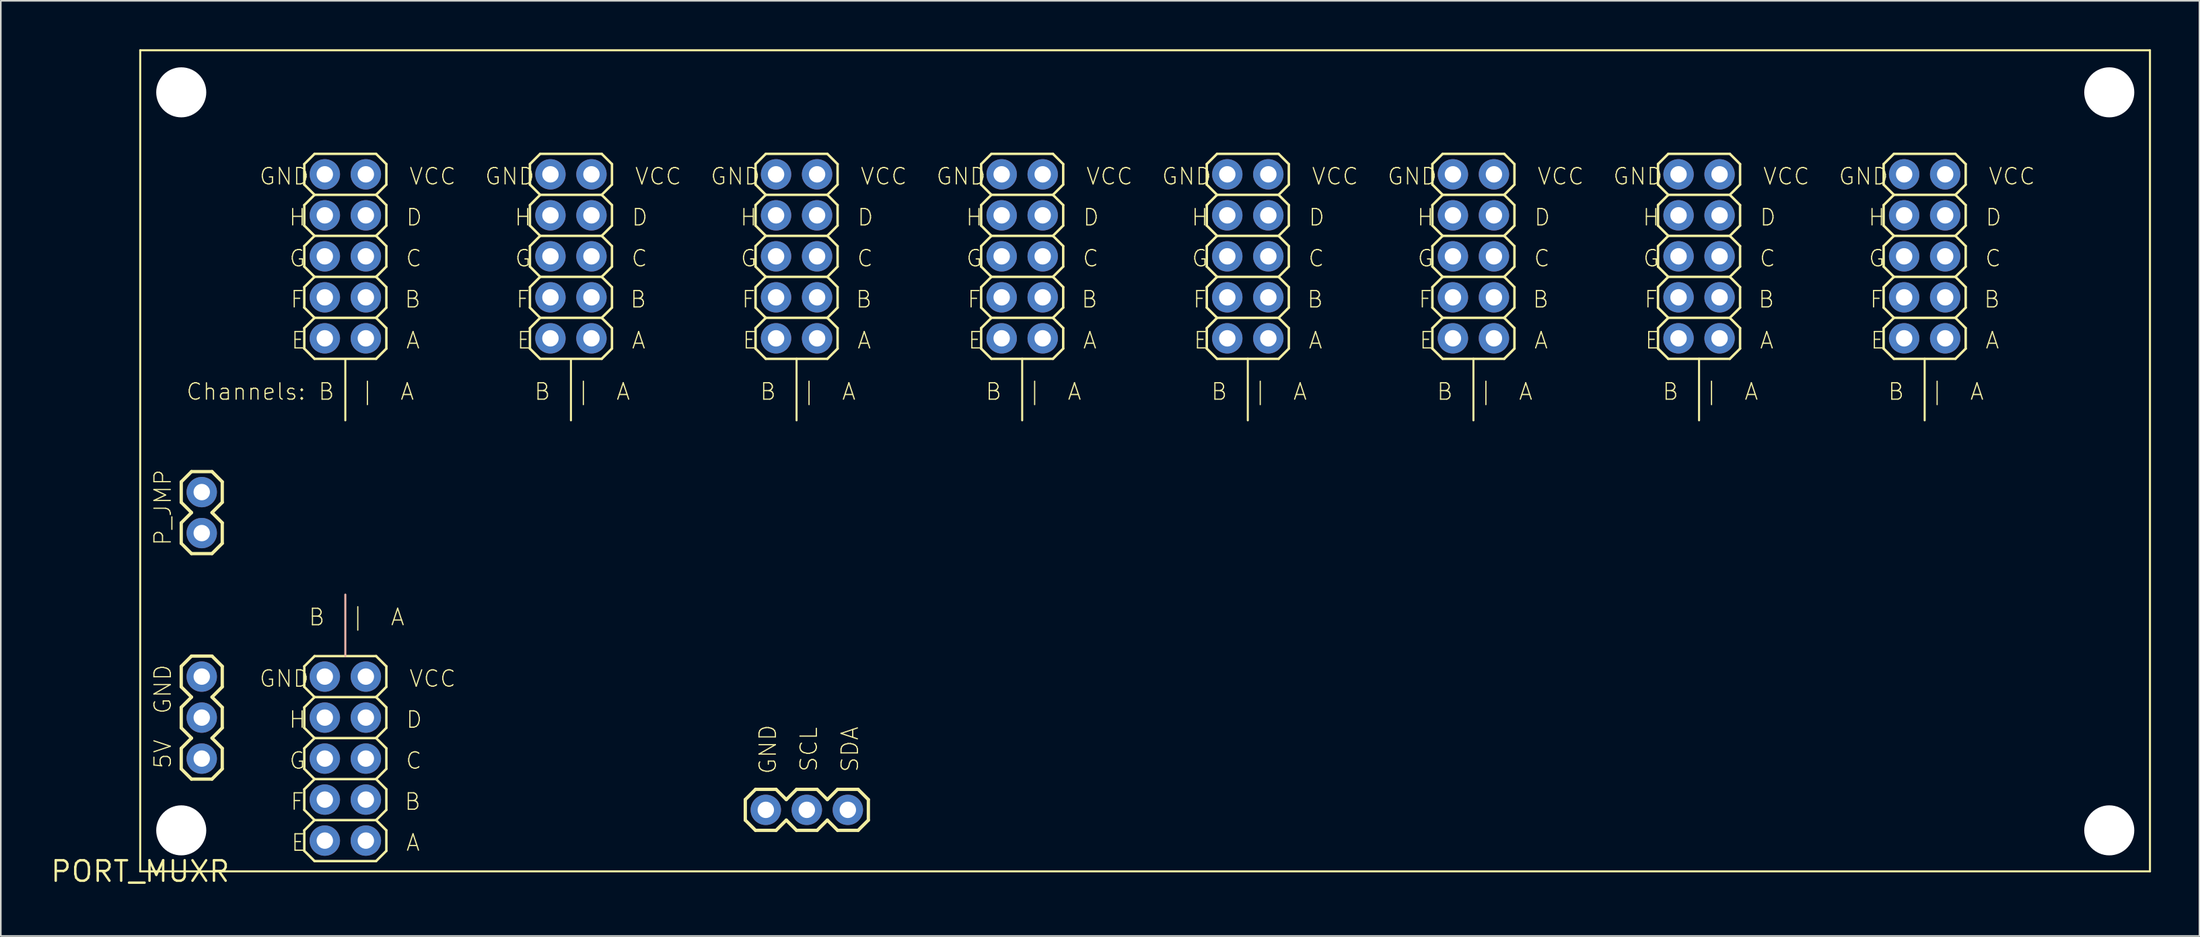
<source format=kicad_pcb>
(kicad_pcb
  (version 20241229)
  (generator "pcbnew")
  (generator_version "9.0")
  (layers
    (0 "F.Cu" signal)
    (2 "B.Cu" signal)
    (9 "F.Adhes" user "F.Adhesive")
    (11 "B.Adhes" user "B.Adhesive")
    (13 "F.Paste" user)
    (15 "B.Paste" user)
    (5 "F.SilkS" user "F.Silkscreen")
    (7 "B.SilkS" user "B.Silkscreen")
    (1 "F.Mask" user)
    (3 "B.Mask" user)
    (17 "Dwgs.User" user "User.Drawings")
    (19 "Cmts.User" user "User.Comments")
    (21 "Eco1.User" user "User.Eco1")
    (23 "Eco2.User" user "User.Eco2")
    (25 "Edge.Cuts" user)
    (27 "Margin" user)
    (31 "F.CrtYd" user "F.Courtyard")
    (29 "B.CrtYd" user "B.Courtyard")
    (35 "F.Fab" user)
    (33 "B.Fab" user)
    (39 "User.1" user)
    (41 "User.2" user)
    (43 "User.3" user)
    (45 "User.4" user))
  (footprint "PORT_MUXR"
    (layer "F.Cu")
    (at 5.632 50.93)
    (property "Reference" "PORT_MUXR" (at 0 0 0) (layer "F.SilkS") (effects (font (size 1.27 1.27) (thickness 0.15))))
    (attr exclude_from_pos_files exclude_from_bom)
    (fp_line (start 0 -50.866) (end 124.44 -50.866) (stroke (width 0.127) (type solid)) (layer "F.SilkS"))
    (fp_line (start 0 0) (end 0 -50.866) (stroke (width 0.127) (type solid)) (layer "F.SilkS"))
    (fp_line (start 2.54 -24.13) (end 3.175 -24.765) (stroke (width 0.203) (type solid)) (layer "F.SilkS"))
    (fp_line (start 2.54 -22.86) (end 2.54 -24.13) (stroke (width 0.203) (type solid)) (layer "F.SilkS"))
    (fp_line (start 2.54 -21.59) (end 3.175 -22.225) (stroke (width 0.203) (type solid)) (layer "F.SilkS"))
    (fp_line (start 2.54 -20.32) (end 2.54 -21.59) (stroke (width 0.203) (type solid)) (layer "F.SilkS"))
    (fp_line (start 2.54 -20.32) (end 3.175 -19.685) (stroke (width 0.203) (type solid)) (layer "F.SilkS"))
    (fp_line (start 2.54 -12.7) (end 3.175 -13.335) (stroke (width 0.203) (type solid)) (layer "F.SilkS"))
    (fp_line (start 2.54 -11.43) (end 2.54 -12.7) (stroke (width 0.203) (type solid)) (layer "F.SilkS"))
    (fp_line (start 2.54 -10.16) (end 3.175 -10.795) (stroke (width 0.203) (type solid)) (layer "F.SilkS"))
    (fp_line (start 2.54 -8.89) (end 2.54 -10.16) (stroke (width 0.203) (type solid)) (layer "F.SilkS"))
    (fp_line (start 2.54 -7.62) (end 3.175 -8.255) (stroke (width 0.203) (type solid)) (layer "F.SilkS"))
    (fp_line (start 2.54 -6.35) (end 2.54 -7.62) (stroke (width 0.203) (type solid)) (layer "F.SilkS"))
    (fp_line (start 2.54 -6.35) (end 3.175 -5.715) (stroke (width 0.203) (type solid)) (layer "F.SilkS"))
    (fp_line (start 3.175 -24.765) (end 4.445 -24.765) (stroke (width 0.203) (type solid)) (layer "F.SilkS"))
    (fp_line (start 3.175 -22.225) (end 2.54 -22.86) (stroke (width 0.203) (type solid)) (layer "F.SilkS"))
    (fp_line (start 3.175 -19.685) (end 4.445 -19.685) (stroke (width 0.203) (type solid)) (layer "F.SilkS"))
    (fp_line (start 3.175 -13.335) (end 4.445 -13.335) (stroke (width 0.203) (type solid)) (layer "F.SilkS"))
    (fp_line (start 3.175 -10.795) (end 2.54 -11.43) (stroke (width 0.203) (type solid)) (layer "F.SilkS"))
    (fp_line (start 3.175 -8.255) (end 2.54 -8.89) (stroke (width 0.203) (type solid)) (layer "F.SilkS"))
    (fp_line (start 3.175 -5.715) (end 4.445 -5.715) (stroke (width 0.203) (type solid)) (layer "F.SilkS"))
    (fp_line (start 4.445 -24.765) (end 5.08 -24.13) (stroke (width 0.203) (type solid)) (layer "F.SilkS"))
    (fp_line (start 4.445 -22.225) (end 5.08 -21.59) (stroke (width 0.203) (type solid)) (layer "F.SilkS"))
    (fp_line (start 4.445 -19.685) (end 5.08 -20.32) (stroke (width 0.203) (type solid)) (layer "F.SilkS"))
    (fp_line (start 4.445 -13.335) (end 5.08 -12.7) (stroke (width 0.203) (type solid)) (layer "F.SilkS"))
    (fp_line (start 4.445 -10.795) (end 5.08 -10.16) (stroke (width 0.203) (type solid)) (layer "F.SilkS"))
    (fp_line (start 4.445 -8.255) (end 5.08 -7.62) (stroke (width 0.203) (type solid)) (layer "F.SilkS"))
    (fp_line (start 4.445 -5.715) (end 5.08 -6.35) (stroke (width 0.203) (type solid)) (layer "F.SilkS"))
    (fp_line (start 5.08 -24.13) (end 5.08 -22.86) (stroke (width 0.203) (type solid)) (layer "F.SilkS"))
    (fp_line (start 5.08 -22.86) (end 4.445 -22.225) (stroke (width 0.203) (type solid)) (layer "F.SilkS"))
    (fp_line (start 5.08 -21.59) (end 5.08 -20.32) (stroke (width 0.203) (type solid)) (layer "F.SilkS"))
    (fp_line (start 5.08 -12.7) (end 5.08 -11.43) (stroke (width 0.203) (type solid)) (layer "F.SilkS"))
    (fp_line (start 5.08 -11.43) (end 4.445 -10.795) (stroke (width 0.203) (type solid)) (layer "F.SilkS"))
    (fp_line (start 5.08 -10.16) (end 5.08 -8.89) (stroke (width 0.203) (type solid)) (layer "F.SilkS"))
    (fp_line (start 5.08 -8.89) (end 4.445 -8.255) (stroke (width 0.203) (type solid)) (layer "F.SilkS"))
    (fp_line (start 5.08 -7.62) (end 5.08 -6.35) (stroke (width 0.203) (type solid)) (layer "F.SilkS"))
    (fp_line (start 10.16 -43.815) (end 10.795 -44.45) (stroke (width 0.152) (type solid)) (layer "F.SilkS"))
    (fp_line (start 10.16 -42.545) (end 10.16 -43.815) (stroke (width 0.152) (type solid)) (layer "F.SilkS"))
    (fp_line (start 10.16 -41.275) (end 10.795 -41.91) (stroke (width 0.152) (type solid)) (layer "F.SilkS"))
    (fp_line (start 10.16 -40.005) (end 10.16 -41.275) (stroke (width 0.152) (type solid)) (layer "F.SilkS"))
    (fp_line (start 10.16 -38.735) (end 10.795 -39.37) (stroke (width 0.152) (type solid)) (layer "F.SilkS"))
    (fp_line (start 10.16 -37.465) (end 10.16 -38.735) (stroke (width 0.152) (type solid)) (layer "F.SilkS"))
    (fp_line (start 10.16 -36.195) (end 10.795 -36.83) (stroke (width 0.152) (type solid)) (layer "F.SilkS"))
    (fp_line (start 10.16 -34.925) (end 10.16 -36.195) (stroke (width 0.152) (type solid)) (layer "F.SilkS"))
    (fp_line (start 10.16 -33.655) (end 10.795 -34.29) (stroke (width 0.152) (type solid)) (layer "F.SilkS"))
    (fp_line (start 10.16 -32.385) (end 10.16 -33.655) (stroke (width 0.152) (type solid)) (layer "F.SilkS"))
    (fp_line (start 10.16 -12.7) (end 10.795 -13.335) (stroke (width 0.152) (type solid)) (layer "F.SilkS"))
    (fp_line (start 10.16 -11.43) (end 10.16 -12.7) (stroke (width 0.152) (type solid)) (layer "F.SilkS"))
    (fp_line (start 10.16 -10.16) (end 10.795 -10.795) (stroke (width 0.152) (type solid)) (layer "F.SilkS"))
    (fp_line (start 10.16 -8.89) (end 10.16 -10.16) (stroke (width 0.152) (type solid)) (layer "F.SilkS"))
    (fp_line (start 10.16 -7.62) (end 10.795 -8.255) (stroke (width 0.152) (type solid)) (layer "F.SilkS"))
    (fp_line (start 10.16 -6.35) (end 10.16 -7.62) (stroke (width 0.152) (type solid)) (layer "F.SilkS"))
    (fp_line (start 10.16 -5.08) (end 10.795 -5.715) (stroke (width 0.152) (type solid)) (layer "F.SilkS"))
    (fp_line (start 10.16 -3.81) (end 10.16 -5.08) (stroke (width 0.152) (type solid)) (layer "F.SilkS"))
    (fp_line (start 10.16 -2.54) (end 10.795 -3.175) (stroke (width 0.152) (type solid)) (layer "F.SilkS"))
    (fp_line (start 10.16 -1.27) (end 10.16 -2.54) (stroke (width 0.152) (type solid)) (layer "F.SilkS"))
    (fp_line (start 10.795 -44.45) (end 14.605 -44.45) (stroke (width 0.152) (type solid)) (layer "F.SilkS"))
    (fp_line (start 10.795 -41.91) (end 10.16 -42.545) (stroke (width 0.152) (type solid)) (layer "F.SilkS"))
    (fp_line (start 10.795 -41.91) (end 14.605 -41.91) (stroke (width 0.152) (type solid)) (layer "F.SilkS"))
    (fp_line (start 10.795 -39.37) (end 10.16 -40.005) (stroke (width 0.152) (type solid)) (layer "F.SilkS"))
    (fp_line (start 10.795 -39.37) (end 14.605 -39.37) (stroke (width 0.152) (type solid)) (layer "F.SilkS"))
    (fp_line (start 10.795 -36.83) (end 10.16 -37.465) (stroke (width 0.152) (type solid)) (layer "F.SilkS"))
    (fp_line (start 10.795 -36.83) (end 14.605 -36.83) (stroke (width 0.152) (type solid)) (layer "F.SilkS"))
    (fp_line (start 10.795 -34.29) (end 10.16 -34.925) (stroke (width 0.152) (type solid)) (layer "F.SilkS"))
    (fp_line (start 10.795 -34.29) (end 14.605 -34.29) (stroke (width 0.152) (type solid)) (layer "F.SilkS"))
    (fp_line (start 10.795 -31.75) (end 10.16 -32.385) (stroke (width 0.152) (type solid)) (layer "F.SilkS"))
    (fp_line (start 10.795 -13.335) (end 14.605 -13.335) (stroke (width 0.152) (type solid)) (layer "F.SilkS"))
    (fp_line (start 10.795 -10.795) (end 10.16 -11.43) (stroke (width 0.152) (type solid)) (layer "F.SilkS"))
    (fp_line (start 10.795 -10.795) (end 14.605 -10.795) (stroke (width 0.152) (type solid)) (layer "F.SilkS"))
    (fp_line (start 10.795 -8.255) (end 10.16 -8.89) (stroke (width 0.152) (type solid)) (layer "F.SilkS"))
    (fp_line (start 10.795 -8.255) (end 14.605 -8.255) (stroke (width 0.152) (type solid)) (layer "F.SilkS"))
    (fp_line (start 10.795 -5.715) (end 10.16 -6.35) (stroke (width 0.152) (type solid)) (layer "F.SilkS"))
    (fp_line (start 10.795 -5.715) (end 14.605 -5.715) (stroke (width 0.152) (type solid)) (layer "F.SilkS"))
    (fp_line (start 10.795 -3.175) (end 10.16 -3.81) (stroke (width 0.152) (type solid)) (layer "F.SilkS"))
    (fp_line (start 10.795 -3.175) (end 14.605 -3.175) (stroke (width 0.152) (type solid)) (layer "F.SilkS"))
    (fp_line (start 10.795 -0.635) (end 10.16 -1.27) (stroke (width 0.152) (type solid)) (layer "F.SilkS"))
    (fp_line (start 12.7 -27.94) (end 12.7 -31.75) (stroke (width 0.127) (type solid)) (layer "F.SilkS"))
    (fp_line (start 14.605 -41.91) (end 15.24 -42.545) (stroke (width 0.152) (type solid)) (layer "F.SilkS"))
    (fp_line (start 14.605 -39.37) (end 15.24 -40.005) (stroke (width 0.152) (type solid)) (layer "F.SilkS"))
    (fp_line (start 14.605 -36.83) (end 15.24 -37.465) (stroke (width 0.152) (type solid)) (layer "F.SilkS"))
    (fp_line (start 14.605 -34.29) (end 15.24 -34.925) (stroke (width 0.152) (type solid)) (layer "F.SilkS"))
    (fp_line (start 14.605 -31.75) (end 10.795 -31.75) (stroke (width 0.152) (type solid)) (layer "F.SilkS"))
    (fp_line (start 14.605 -31.75) (end 15.24 -32.385) (stroke (width 0.152) (type solid)) (layer "F.SilkS"))
    (fp_line (start 14.605 -10.795) (end 15.24 -11.43) (stroke (width 0.152) (type solid)) (layer "F.SilkS"))
    (fp_line (start 14.605 -8.255) (end 15.24 -8.89) (stroke (width 0.152) (type solid)) (layer "F.SilkS"))
    (fp_line (start 14.605 -5.715) (end 15.24 -6.35) (stroke (width 0.152) (type solid)) (layer "F.SilkS"))
    (fp_line (start 14.605 -3.175) (end 15.24 -3.81) (stroke (width 0.152) (type solid)) (layer "F.SilkS"))
    (fp_line (start 14.605 -0.635) (end 10.795 -0.635) (stroke (width 0.152) (type solid)) (layer "F.SilkS"))
    (fp_line (start 14.605 -0.635) (end 15.24 -1.27) (stroke (width 0.152) (type solid)) (layer "F.SilkS"))
    (fp_line (start 15.24 -43.815) (end 14.605 -44.45) (stroke (width 0.152) (type solid)) (layer "F.SilkS"))
    (fp_line (start 15.24 -42.545) (end 15.24 -43.815) (stroke (width 0.152) (type solid)) (layer "F.SilkS"))
    (fp_line (start 15.24 -41.275) (end 14.605 -41.91) (stroke (width 0.152) (type solid)) (layer "F.SilkS"))
    (fp_line (start 15.24 -40.005) (end 15.24 -41.275) (stroke (width 0.152) (type solid)) (layer "F.SilkS"))
    (fp_line (start 15.24 -38.735) (end 14.605 -39.37) (stroke (width 0.152) (type solid)) (layer "F.SilkS"))
    (fp_line (start 15.24 -37.465) (end 15.24 -38.735) (stroke (width 0.152) (type solid)) (layer "F.SilkS"))
    (fp_line (start 15.24 -36.195) (end 14.605 -36.83) (stroke (width 0.152) (type solid)) (layer "F.SilkS"))
    (fp_line (start 15.24 -34.925) (end 15.24 -36.195) (stroke (width 0.152) (type solid)) (layer "F.SilkS"))
    (fp_line (start 15.24 -33.655) (end 14.605 -34.29) (stroke (width 0.152) (type solid)) (layer "F.SilkS"))
    (fp_line (start 15.24 -32.385) (end 15.24 -33.655) (stroke (width 0.152) (type solid)) (layer "F.SilkS"))
    (fp_line (start 15.24 -12.7) (end 14.605 -13.335) (stroke (width 0.152) (type solid)) (layer "F.SilkS"))
    (fp_line (start 15.24 -11.43) (end 15.24 -12.7) (stroke (width 0.152) (type solid)) (layer "F.SilkS"))
    (fp_line (start 15.24 -10.16) (end 14.605 -10.795) (stroke (width 0.152) (type solid)) (layer "F.SilkS"))
    (fp_line (start 15.24 -8.89) (end 15.24 -10.16) (stroke (width 0.152) (type solid)) (layer "F.SilkS"))
    (fp_line (start 15.24 -7.62) (end 14.605 -8.255) (stroke (width 0.152) (type solid)) (layer "F.SilkS"))
    (fp_line (start 15.24 -6.35) (end 15.24 -7.62) (stroke (width 0.152) (type solid)) (layer "F.SilkS"))
    (fp_line (start 15.24 -5.08) (end 14.605 -5.715) (stroke (width 0.152) (type solid)) (layer "F.SilkS"))
    (fp_line (start 15.24 -3.81) (end 15.24 -5.08) (stroke (width 0.152) (type solid)) (layer "F.SilkS"))
    (fp_line (start 15.24 -2.54) (end 14.605 -3.175) (stroke (width 0.152) (type solid)) (layer "F.SilkS"))
    (fp_line (start 15.24 -1.27) (end 15.24 -2.54) (stroke (width 0.152) (type solid)) (layer "F.SilkS"))
    (fp_line (start 24.13 -43.815) (end 24.765 -44.45) (stroke (width 0.152) (type solid)) (layer "F.SilkS"))
    (fp_line (start 24.13 -42.545) (end 24.13 -43.815) (stroke (width 0.152) (type solid)) (layer "F.SilkS"))
    (fp_line (start 24.13 -41.275) (end 24.765 -41.91) (stroke (width 0.152) (type solid)) (layer "F.SilkS"))
    (fp_line (start 24.13 -40.005) (end 24.13 -41.275) (stroke (width 0.152) (type solid)) (layer "F.SilkS"))
    (fp_line (start 24.13 -38.735) (end 24.765 -39.37) (stroke (width 0.152) (type solid)) (layer "F.SilkS"))
    (fp_line (start 24.13 -37.465) (end 24.13 -38.735) (stroke (width 0.152) (type solid)) (layer "F.SilkS"))
    (fp_line (start 24.13 -36.195) (end 24.765 -36.83) (stroke (width 0.152) (type solid)) (layer "F.SilkS"))
    (fp_line (start 24.13 -34.925) (end 24.13 -36.195) (stroke (width 0.152) (type solid)) (layer "F.SilkS"))
    (fp_line (start 24.13 -33.655) (end 24.765 -34.29) (stroke (width 0.152) (type solid)) (layer "F.SilkS"))
    (fp_line (start 24.13 -32.385) (end 24.13 -33.655) (stroke (width 0.152) (type solid)) (layer "F.SilkS"))
    (fp_line (start 24.765 -44.45) (end 28.575 -44.45) (stroke (width 0.152) (type solid)) (layer "F.SilkS"))
    (fp_line (start 24.765 -41.91) (end 24.13 -42.545) (stroke (width 0.152) (type solid)) (layer "F.SilkS"))
    (fp_line (start 24.765 -41.91) (end 28.575 -41.91) (stroke (width 0.152) (type solid)) (layer "F.SilkS"))
    (fp_line (start 24.765 -39.37) (end 24.13 -40.005) (stroke (width 0.152) (type solid)) (layer "F.SilkS"))
    (fp_line (start 24.765 -39.37) (end 28.575 -39.37) (stroke (width 0.152) (type solid)) (layer "F.SilkS"))
    (fp_line (start 24.765 -36.83) (end 24.13 -37.465) (stroke (width 0.152) (type solid)) (layer "F.SilkS"))
    (fp_line (start 24.765 -36.83) (end 28.575 -36.83) (stroke (width 0.152) (type solid)) (layer "F.SilkS"))
    (fp_line (start 24.765 -34.29) (end 24.13 -34.925) (stroke (width 0.152) (type solid)) (layer "F.SilkS"))
    (fp_line (start 24.765 -34.29) (end 28.575 -34.29) (stroke (width 0.152) (type solid)) (layer "F.SilkS"))
    (fp_line (start 24.765 -31.75) (end 24.13 -32.385) (stroke (width 0.152) (type solid)) (layer "F.SilkS"))
    (fp_line (start 26.67 -27.94) (end 26.67 -31.75) (stroke (width 0.127) (type solid)) (layer "F.SilkS"))
    (fp_line (start 28.575 -41.91) (end 29.21 -42.545) (stroke (width 0.152) (type solid)) (layer "F.SilkS"))
    (fp_line (start 28.575 -39.37) (end 29.21 -40.005) (stroke (width 0.152) (type solid)) (layer "F.SilkS"))
    (fp_line (start 28.575 -36.83) (end 29.21 -37.465) (stroke (width 0.152) (type solid)) (layer "F.SilkS"))
    (fp_line (start 28.575 -34.29) (end 29.21 -34.925) (stroke (width 0.152) (type solid)) (layer "F.SilkS"))
    (fp_line (start 28.575 -31.75) (end 24.765 -31.75) (stroke (width 0.152) (type solid)) (layer "F.SilkS"))
    (fp_line (start 28.575 -31.75) (end 29.21 -32.385) (stroke (width 0.152) (type solid)) (layer "F.SilkS"))
    (fp_line (start 29.21 -43.815) (end 28.575 -44.45) (stroke (width 0.152) (type solid)) (layer "F.SilkS"))
    (fp_line (start 29.21 -42.545) (end 29.21 -43.815) (stroke (width 0.152) (type solid)) (layer "F.SilkS"))
    (fp_line (start 29.21 -41.275) (end 28.575 -41.91) (stroke (width 0.152) (type solid)) (layer "F.SilkS"))
    (fp_line (start 29.21 -40.005) (end 29.21 -41.275) (stroke (width 0.152) (type solid)) (layer "F.SilkS"))
    (fp_line (start 29.21 -38.735) (end 28.575 -39.37) (stroke (width 0.152) (type solid)) (layer "F.SilkS"))
    (fp_line (start 29.21 -37.465) (end 29.21 -38.735) (stroke (width 0.152) (type solid)) (layer "F.SilkS"))
    (fp_line (start 29.21 -36.195) (end 28.575 -36.83) (stroke (width 0.152) (type solid)) (layer "F.SilkS"))
    (fp_line (start 29.21 -34.925) (end 29.21 -36.195) (stroke (width 0.152) (type solid)) (layer "F.SilkS"))
    (fp_line (start 29.21 -33.655) (end 28.575 -34.29) (stroke (width 0.152) (type solid)) (layer "F.SilkS"))
    (fp_line (start 29.21 -32.385) (end 29.21 -33.655) (stroke (width 0.152) (type solid)) (layer "F.SilkS"))
    (fp_line (start 37.465 -4.445) (end 38.1 -5.08) (stroke (width 0.203) (type solid)) (layer "F.SilkS"))
    (fp_line (start 37.465 -3.175) (end 37.465 -4.445) (stroke (width 0.203) (type solid)) (layer "F.SilkS"))
    (fp_line (start 38.1 -43.815) (end 38.735 -44.45) (stroke (width 0.152) (type solid)) (layer "F.SilkS"))
    (fp_line (start 38.1 -42.545) (end 38.1 -43.815) (stroke (width 0.152) (type solid)) (layer "F.SilkS"))
    (fp_line (start 38.1 -41.275) (end 38.735 -41.91) (stroke (width 0.152) (type solid)) (layer "F.SilkS"))
    (fp_line (start 38.1 -40.005) (end 38.1 -41.275) (stroke (width 0.152) (type solid)) (layer "F.SilkS"))
    (fp_line (start 38.1 -38.735) (end 38.735 -39.37) (stroke (width 0.152) (type solid)) (layer "F.SilkS"))
    (fp_line (start 38.1 -37.465) (end 38.1 -38.735) (stroke (width 0.152) (type solid)) (layer "F.SilkS"))
    (fp_line (start 38.1 -36.195) (end 38.735 -36.83) (stroke (width 0.152) (type solid)) (layer "F.SilkS"))
    (fp_line (start 38.1 -34.925) (end 38.1 -36.195) (stroke (width 0.152) (type solid)) (layer "F.SilkS"))
    (fp_line (start 38.1 -33.655) (end 38.735 -34.29) (stroke (width 0.152) (type solid)) (layer "F.SilkS"))
    (fp_line (start 38.1 -32.385) (end 38.1 -33.655) (stroke (width 0.152) (type solid)) (layer "F.SilkS"))
    (fp_line (start 38.1 -5.08) (end 39.37 -5.08) (stroke (width 0.203) (type solid)) (layer "F.SilkS"))
    (fp_line (start 38.1 -2.54) (end 37.465 -3.175) (stroke (width 0.203) (type solid)) (layer "F.SilkS"))
    (fp_line (start 38.735 -44.45) (end 42.545 -44.45) (stroke (width 0.152) (type solid)) (layer "F.SilkS"))
    (fp_line (start 38.735 -41.91) (end 38.1 -42.545) (stroke (width 0.152) (type solid)) (layer "F.SilkS"))
    (fp_line (start 38.735 -41.91) (end 42.545 -41.91) (stroke (width 0.152) (type solid)) (layer "F.SilkS"))
    (fp_line (start 38.735 -39.37) (end 38.1 -40.005) (stroke (width 0.152) (type solid)) (layer "F.SilkS"))
    (fp_line (start 38.735 -39.37) (end 42.545 -39.37) (stroke (width 0.152) (type solid)) (layer "F.SilkS"))
    (fp_line (start 38.735 -36.83) (end 38.1 -37.465) (stroke (width 0.152) (type solid)) (layer "F.SilkS"))
    (fp_line (start 38.735 -36.83) (end 42.545 -36.83) (stroke (width 0.152) (type solid)) (layer "F.SilkS"))
    (fp_line (start 38.735 -34.29) (end 38.1 -34.925) (stroke (width 0.152) (type solid)) (layer "F.SilkS"))
    (fp_line (start 38.735 -34.29) (end 42.545 -34.29) (stroke (width 0.152) (type solid)) (layer "F.SilkS"))
    (fp_line (start 38.735 -31.75) (end 38.1 -32.385) (stroke (width 0.152) (type solid)) (layer "F.SilkS"))
    (fp_line (start 39.37 -5.08) (end 40.005 -4.445) (stroke (width 0.203) (type solid)) (layer "F.SilkS"))
    (fp_line (start 39.37 -2.54) (end 38.1 -2.54) (stroke (width 0.203) (type solid)) (layer "F.SilkS"))
    (fp_line (start 40.005 -4.445) (end 40.64 -5.08) (stroke (width 0.203) (type solid)) (layer "F.SilkS"))
    (fp_line (start 40.005 -3.175) (end 39.37 -2.54) (stroke (width 0.203) (type solid)) (layer "F.SilkS"))
    (fp_line (start 40.64 -31.75) (end 38.735 -31.75) (stroke (width 0.152) (type solid)) (layer "F.SilkS"))
    (fp_line (start 40.64 -27.94) (end 40.64 -31.75) (stroke (width 0.127) (type solid)) (layer "F.SilkS"))
    (fp_line (start 40.64 -5.08) (end 41.91 -5.08) (stroke (width 0.203) (type solid)) (layer "F.SilkS"))
    (fp_line (start 40.64 -2.54) (end 40.005 -3.175) (stroke (width 0.203) (type solid)) (layer "F.SilkS"))
    (fp_line (start 41.91 -5.08) (end 42.545 -4.445) (stroke (width 0.203) (type solid)) (layer "F.SilkS"))
    (fp_line (start 41.91 -2.54) (end 40.64 -2.54) (stroke (width 0.203) (type solid)) (layer "F.SilkS"))
    (fp_line (start 42.545 -41.91) (end 43.18 -42.545) (stroke (width 0.152) (type solid)) (layer "F.SilkS"))
    (fp_line (start 42.545 -39.37) (end 43.18 -40.005) (stroke (width 0.152) (type solid)) (layer "F.SilkS"))
    (fp_line (start 42.545 -36.83) (end 43.18 -37.465) (stroke (width 0.152) (type solid)) (layer "F.SilkS"))
    (fp_line (start 42.545 -34.29) (end 43.18 -34.925) (stroke (width 0.152) (type solid)) (layer "F.SilkS"))
    (fp_line (start 42.545 -31.75) (end 40.64 -31.75) (stroke (width 0.152) (type solid)) (layer "F.SilkS"))
    (fp_line (start 42.545 -31.75) (end 43.18 -32.385) (stroke (width 0.152) (type solid)) (layer "F.SilkS"))
    (fp_line (start 42.545 -4.445) (end 43.18 -5.08) (stroke (width 0.203) (type solid)) (layer "F.SilkS"))
    (fp_line (start 42.545 -3.175) (end 41.91 -2.54) (stroke (width 0.203) (type solid)) (layer "F.SilkS"))
    (fp_line (start 43.18 -43.815) (end 42.545 -44.45) (stroke (width 0.152) (type solid)) (layer "F.SilkS"))
    (fp_line (start 43.18 -42.545) (end 43.18 -43.815) (stroke (width 0.152) (type solid)) (layer "F.SilkS"))
    (fp_line (start 43.18 -41.275) (end 42.545 -41.91) (stroke (width 0.152) (type solid)) (layer "F.SilkS"))
    (fp_line (start 43.18 -40.005) (end 43.18 -41.275) (stroke (width 0.152) (type solid)) (layer "F.SilkS"))
    (fp_line (start 43.18 -38.735) (end 42.545 -39.37) (stroke (width 0.152) (type solid)) (layer "F.SilkS"))
    (fp_line (start 43.18 -37.465) (end 43.18 -38.735) (stroke (width 0.152) (type solid)) (layer "F.SilkS"))
    (fp_line (start 43.18 -36.195) (end 42.545 -36.83) (stroke (width 0.152) (type solid)) (layer "F.SilkS"))
    (fp_line (start 43.18 -34.925) (end 43.18 -36.195) (stroke (width 0.152) (type solid)) (layer "F.SilkS"))
    (fp_line (start 43.18 -33.655) (end 42.545 -34.29) (stroke (width 0.152) (type solid)) (layer "F.SilkS"))
    (fp_line (start 43.18 -32.385) (end 43.18 -33.655) (stroke (width 0.152) (type solid)) (layer "F.SilkS"))
    (fp_line (start 43.18 -5.08) (end 44.45 -5.08) (stroke (width 0.203) (type solid)) (layer "F.SilkS"))
    (fp_line (start 43.18 -2.54) (end 42.545 -3.175) (stroke (width 0.203) (type solid)) (layer "F.SilkS"))
    (fp_line (start 44.45 -2.54) (end 43.18 -2.54) (stroke (width 0.203) (type solid)) (layer "F.SilkS"))
    (fp_line (start 44.45 -2.54) (end 45.085 -3.175) (stroke (width 0.203) (type solid)) (layer "F.SilkS"))
    (fp_line (start 45.085 -4.445) (end 44.45 -5.08) (stroke (width 0.203) (type solid)) (layer "F.SilkS"))
    (fp_line (start 45.085 -3.175) (end 45.085 -4.445) (stroke (width 0.203) (type solid)) (layer "F.SilkS"))
    (fp_line (start 52.07 -43.815) (end 52.705 -44.45) (stroke (width 0.152) (type solid)) (layer "F.SilkS"))
    (fp_line (start 52.07 -42.545) (end 52.07 -43.815) (stroke (width 0.152) (type solid)) (layer "F.SilkS"))
    (fp_line (start 52.07 -41.275) (end 52.705 -41.91) (stroke (width 0.152) (type solid)) (layer "F.SilkS"))
    (fp_line (start 52.07 -40.005) (end 52.07 -41.275) (stroke (width 0.152) (type solid)) (layer "F.SilkS"))
    (fp_line (start 52.07 -38.735) (end 52.705 -39.37) (stroke (width 0.152) (type solid)) (layer "F.SilkS"))
    (fp_line (start 52.07 -37.465) (end 52.07 -38.735) (stroke (width 0.152) (type solid)) (layer "F.SilkS"))
    (fp_line (start 52.07 -36.195) (end 52.705 -36.83) (stroke (width 0.152) (type solid)) (layer "F.SilkS"))
    (fp_line (start 52.07 -34.925) (end 52.07 -36.195) (stroke (width 0.152) (type solid)) (layer "F.SilkS"))
    (fp_line (start 52.07 -33.655) (end 52.705 -34.29) (stroke (width 0.152) (type solid)) (layer "F.SilkS"))
    (fp_line (start 52.07 -32.385) (end 52.07 -33.655) (stroke (width 0.152) (type solid)) (layer "F.SilkS"))
    (fp_line (start 52.705 -44.45) (end 56.515 -44.45) (stroke (width 0.152) (type solid)) (layer "F.SilkS"))
    (fp_line (start 52.705 -41.91) (end 52.07 -42.545) (stroke (width 0.152) (type solid)) (layer "F.SilkS"))
    (fp_line (start 52.705 -41.91) (end 56.515 -41.91) (stroke (width 0.152) (type solid)) (layer "F.SilkS"))
    (fp_line (start 52.705 -39.37) (end 52.07 -40.005) (stroke (width 0.152) (type solid)) (layer "F.SilkS"))
    (fp_line (start 52.705 -39.37) (end 56.515 -39.37) (stroke (width 0.152) (type solid)) (layer "F.SilkS"))
    (fp_line (start 52.705 -36.83) (end 52.07 -37.465) (stroke (width 0.152) (type solid)) (layer "F.SilkS"))
    (fp_line (start 52.705 -36.83) (end 56.515 -36.83) (stroke (width 0.152) (type solid)) (layer "F.SilkS"))
    (fp_line (start 52.705 -34.29) (end 52.07 -34.925) (stroke (width 0.152) (type solid)) (layer "F.SilkS"))
    (fp_line (start 52.705 -34.29) (end 56.515 -34.29) (stroke (width 0.152) (type solid)) (layer "F.SilkS"))
    (fp_line (start 52.705 -31.75) (end 52.07 -32.385) (stroke (width 0.152) (type solid)) (layer "F.SilkS"))
    (fp_line (start 54.61 -31.75) (end 52.705 -31.75) (stroke (width 0.152) (type solid)) (layer "F.SilkS"))
    (fp_line (start 54.61 -27.94) (end 54.61 -31.75) (stroke (width 0.127) (type solid)) (layer "F.SilkS"))
    (fp_line (start 56.515 -41.91) (end 57.15 -42.545) (stroke (width 0.152) (type solid)) (layer "F.SilkS"))
    (fp_line (start 56.515 -39.37) (end 57.15 -40.005) (stroke (width 0.152) (type solid)) (layer "F.SilkS"))
    (fp_line (start 56.515 -36.83) (end 57.15 -37.465) (stroke (width 0.152) (type solid)) (layer "F.SilkS"))
    (fp_line (start 56.515 -34.29) (end 57.15 -34.925) (stroke (width 0.152) (type solid)) (layer "F.SilkS"))
    (fp_line (start 56.515 -31.75) (end 54.61 -31.75) (stroke (width 0.152) (type solid)) (layer "F.SilkS"))
    (fp_line (start 56.515 -31.75) (end 57.15 -32.385) (stroke (width 0.152) (type solid)) (layer "F.SilkS"))
    (fp_line (start 57.15 -43.815) (end 56.515 -44.45) (stroke (width 0.152) (type solid)) (layer "F.SilkS"))
    (fp_line (start 57.15 -42.545) (end 57.15 -43.815) (stroke (width 0.152) (type solid)) (layer "F.SilkS"))
    (fp_line (start 57.15 -41.275) (end 56.515 -41.91) (stroke (width 0.152) (type solid)) (layer "F.SilkS"))
    (fp_line (start 57.15 -40.005) (end 57.15 -41.275) (stroke (width 0.152) (type solid)) (layer "F.SilkS"))
    (fp_line (start 57.15 -38.735) (end 56.515 -39.37) (stroke (width 0.152) (type solid)) (layer "F.SilkS"))
    (fp_line (start 57.15 -37.465) (end 57.15 -38.735) (stroke (width 0.152) (type solid)) (layer "F.SilkS"))
    (fp_line (start 57.15 -36.195) (end 56.515 -36.83) (stroke (width 0.152) (type solid)) (layer "F.SilkS"))
    (fp_line (start 57.15 -34.925) (end 57.15 -36.195) (stroke (width 0.152) (type solid)) (layer "F.SilkS"))
    (fp_line (start 57.15 -33.655) (end 56.515 -34.29) (stroke (width 0.152) (type solid)) (layer "F.SilkS"))
    (fp_line (start 57.15 -32.385) (end 57.15 -33.655) (stroke (width 0.152) (type solid)) (layer "F.SilkS"))
    (fp_line (start 66.04 -43.815) (end 66.675 -44.45) (stroke (width 0.152) (type solid)) (layer "F.SilkS"))
    (fp_line (start 66.04 -42.545) (end 66.04 -43.815) (stroke (width 0.152) (type solid)) (layer "F.SilkS"))
    (fp_line (start 66.04 -41.275) (end 66.675 -41.91) (stroke (width 0.152) (type solid)) (layer "F.SilkS"))
    (fp_line (start 66.04 -40.005) (end 66.04 -41.275) (stroke (width 0.152) (type solid)) (layer "F.SilkS"))
    (fp_line (start 66.04 -38.735) (end 66.675 -39.37) (stroke (width 0.152) (type solid)) (layer "F.SilkS"))
    (fp_line (start 66.04 -37.465) (end 66.04 -38.735) (stroke (width 0.152) (type solid)) (layer "F.SilkS"))
    (fp_line (start 66.04 -36.195) (end 66.675 -36.83) (stroke (width 0.152) (type solid)) (layer "F.SilkS"))
    (fp_line (start 66.04 -34.925) (end 66.04 -36.195) (stroke (width 0.152) (type solid)) (layer "F.SilkS"))
    (fp_line (start 66.04 -33.655) (end 66.675 -34.29) (stroke (width 0.152) (type solid)) (layer "F.SilkS"))
    (fp_line (start 66.04 -32.385) (end 66.04 -33.655) (stroke (width 0.152) (type solid)) (layer "F.SilkS"))
    (fp_line (start 66.675 -44.45) (end 70.485 -44.45) (stroke (width 0.152) (type solid)) (layer "F.SilkS"))
    (fp_line (start 66.675 -41.91) (end 66.04 -42.545) (stroke (width 0.152) (type solid)) (layer "F.SilkS"))
    (fp_line (start 66.675 -41.91) (end 70.485 -41.91) (stroke (width 0.152) (type solid)) (layer "F.SilkS"))
    (fp_line (start 66.675 -39.37) (end 66.04 -40.005) (stroke (width 0.152) (type solid)) (layer "F.SilkS"))
    (fp_line (start 66.675 -39.37) (end 70.485 -39.37) (stroke (width 0.152) (type solid)) (layer "F.SilkS"))
    (fp_line (start 66.675 -36.83) (end 66.04 -37.465) (stroke (width 0.152) (type solid)) (layer "F.SilkS"))
    (fp_line (start 66.675 -36.83) (end 70.485 -36.83) (stroke (width 0.152) (type solid)) (layer "F.SilkS"))
    (fp_line (start 66.675 -34.29) (end 66.04 -34.925) (stroke (width 0.152) (type solid)) (layer "F.SilkS"))
    (fp_line (start 66.675 -34.29) (end 70.485 -34.29) (stroke (width 0.152) (type solid)) (layer "F.SilkS"))
    (fp_line (start 66.675 -31.75) (end 66.04 -32.385) (stroke (width 0.152) (type solid)) (layer "F.SilkS"))
    (fp_line (start 68.58 -31.75) (end 66.675 -31.75) (stroke (width 0.152) (type solid)) (layer "F.SilkS"))
    (fp_line (start 68.58 -27.94) (end 68.58 -31.75) (stroke (width 0.127) (type solid)) (layer "F.SilkS"))
    (fp_line (start 70.485 -41.91) (end 71.12 -42.545) (stroke (width 0.152) (type solid)) (layer "F.SilkS"))
    (fp_line (start 70.485 -39.37) (end 71.12 -40.005) (stroke (width 0.152) (type solid)) (layer "F.SilkS"))
    (fp_line (start 70.485 -36.83) (end 71.12 -37.465) (stroke (width 0.152) (type solid)) (layer "F.SilkS"))
    (fp_line (start 70.485 -34.29) (end 71.12 -34.925) (stroke (width 0.152) (type solid)) (layer "F.SilkS"))
    (fp_line (start 70.485 -31.75) (end 68.58 -31.75) (stroke (width 0.152) (type solid)) (layer "F.SilkS"))
    (fp_line (start 70.485 -31.75) (end 71.12 -32.385) (stroke (width 0.152) (type solid)) (layer "F.SilkS"))
    (fp_line (start 71.12 -43.815) (end 70.485 -44.45) (stroke (width 0.152) (type solid)) (layer "F.SilkS"))
    (fp_line (start 71.12 -42.545) (end 71.12 -43.815) (stroke (width 0.152) (type solid)) (layer "F.SilkS"))
    (fp_line (start 71.12 -41.275) (end 70.485 -41.91) (stroke (width 0.152) (type solid)) (layer "F.SilkS"))
    (fp_line (start 71.12 -40.005) (end 71.12 -41.275) (stroke (width 0.152) (type solid)) (layer "F.SilkS"))
    (fp_line (start 71.12 -38.735) (end 70.485 -39.37) (stroke (width 0.152) (type solid)) (layer "F.SilkS"))
    (fp_line (start 71.12 -37.465) (end 71.12 -38.735) (stroke (width 0.152) (type solid)) (layer "F.SilkS"))
    (fp_line (start 71.12 -36.195) (end 70.485 -36.83) (stroke (width 0.152) (type solid)) (layer "F.SilkS"))
    (fp_line (start 71.12 -34.925) (end 71.12 -36.195) (stroke (width 0.152) (type solid)) (layer "F.SilkS"))
    (fp_line (start 71.12 -33.655) (end 70.485 -34.29) (stroke (width 0.152) (type solid)) (layer "F.SilkS"))
    (fp_line (start 71.12 -32.385) (end 71.12 -33.655) (stroke (width 0.152) (type solid)) (layer "F.SilkS"))
    (fp_line (start 80.01 -43.815) (end 80.645 -44.45) (stroke (width 0.152) (type solid)) (layer "F.SilkS"))
    (fp_line (start 80.01 -42.545) (end 80.01 -43.815) (stroke (width 0.152) (type solid)) (layer "F.SilkS"))
    (fp_line (start 80.01 -41.275) (end 80.645 -41.91) (stroke (width 0.152) (type solid)) (layer "F.SilkS"))
    (fp_line (start 80.01 -40.005) (end 80.01 -41.275) (stroke (width 0.152) (type solid)) (layer "F.SilkS"))
    (fp_line (start 80.01 -38.735) (end 80.645 -39.37) (stroke (width 0.152) (type solid)) (layer "F.SilkS"))
    (fp_line (start 80.01 -37.465) (end 80.01 -38.735) (stroke (width 0.152) (type solid)) (layer "F.SilkS"))
    (fp_line (start 80.01 -36.195) (end 80.645 -36.83) (stroke (width 0.152) (type solid)) (layer "F.SilkS"))
    (fp_line (start 80.01 -34.925) (end 80.01 -36.195) (stroke (width 0.152) (type solid)) (layer "F.SilkS"))
    (fp_line (start 80.01 -33.655) (end 80.645 -34.29) (stroke (width 0.152) (type solid)) (layer "F.SilkS"))
    (fp_line (start 80.01 -32.385) (end 80.01 -33.655) (stroke (width 0.152) (type solid)) (layer "F.SilkS"))
    (fp_line (start 80.645 -44.45) (end 84.455 -44.45) (stroke (width 0.152) (type solid)) (layer "F.SilkS"))
    (fp_line (start 80.645 -41.91) (end 80.01 -42.545) (stroke (width 0.152) (type solid)) (layer "F.SilkS"))
    (fp_line (start 80.645 -41.91) (end 84.455 -41.91) (stroke (width 0.152) (type solid)) (layer "F.SilkS"))
    (fp_line (start 80.645 -39.37) (end 80.01 -40.005) (stroke (width 0.152) (type solid)) (layer "F.SilkS"))
    (fp_line (start 80.645 -39.37) (end 84.455 -39.37) (stroke (width 0.152) (type solid)) (layer "F.SilkS"))
    (fp_line (start 80.645 -36.83) (end 80.01 -37.465) (stroke (width 0.152) (type solid)) (layer "F.SilkS"))
    (fp_line (start 80.645 -36.83) (end 84.455 -36.83) (stroke (width 0.152) (type solid)) (layer "F.SilkS"))
    (fp_line (start 80.645 -34.29) (end 80.01 -34.925) (stroke (width 0.152) (type solid)) (layer "F.SilkS"))
    (fp_line (start 80.645 -34.29) (end 84.455 -34.29) (stroke (width 0.152) (type solid)) (layer "F.SilkS"))
    (fp_line (start 80.645 -31.75) (end 80.01 -32.385) (stroke (width 0.152) (type solid)) (layer "F.SilkS"))
    (fp_line (start 82.55 -31.75) (end 80.645 -31.75) (stroke (width 0.152) (type solid)) (layer "F.SilkS"))
    (fp_line (start 82.55 -27.94) (end 82.55 -31.75) (stroke (width 0.127) (type solid)) (layer "F.SilkS"))
    (fp_line (start 84.455 -41.91) (end 85.09 -42.545) (stroke (width 0.152) (type solid)) (layer "F.SilkS"))
    (fp_line (start 84.455 -39.37) (end 85.09 -40.005) (stroke (width 0.152) (type solid)) (layer "F.SilkS"))
    (fp_line (start 84.455 -36.83) (end 85.09 -37.465) (stroke (width 0.152) (type solid)) (layer "F.SilkS"))
    (fp_line (start 84.455 -34.29) (end 85.09 -34.925) (stroke (width 0.152) (type solid)) (layer "F.SilkS"))
    (fp_line (start 84.455 -31.75) (end 82.55 -31.75) (stroke (width 0.152) (type solid)) (layer "F.SilkS"))
    (fp_line (start 84.455 -31.75) (end 85.09 -32.385) (stroke (width 0.152) (type solid)) (layer "F.SilkS"))
    (fp_line (start 85.09 -43.815) (end 84.455 -44.45) (stroke (width 0.152) (type solid)) (layer "F.SilkS"))
    (fp_line (start 85.09 -42.545) (end 85.09 -43.815) (stroke (width 0.152) (type solid)) (layer "F.SilkS"))
    (fp_line (start 85.09 -41.275) (end 84.455 -41.91) (stroke (width 0.152) (type solid)) (layer "F.SilkS"))
    (fp_line (start 85.09 -40.005) (end 85.09 -41.275) (stroke (width 0.152) (type solid)) (layer "F.SilkS"))
    (fp_line (start 85.09 -38.735) (end 84.455 -39.37) (stroke (width 0.152) (type solid)) (layer "F.SilkS"))
    (fp_line (start 85.09 -37.465) (end 85.09 -38.735) (stroke (width 0.152) (type solid)) (layer "F.SilkS"))
    (fp_line (start 85.09 -36.195) (end 84.455 -36.83) (stroke (width 0.152) (type solid)) (layer "F.SilkS"))
    (fp_line (start 85.09 -34.925) (end 85.09 -36.195) (stroke (width 0.152) (type solid)) (layer "F.SilkS"))
    (fp_line (start 85.09 -33.655) (end 84.455 -34.29) (stroke (width 0.152) (type solid)) (layer "F.SilkS"))
    (fp_line (start 85.09 -32.385) (end 85.09 -33.655) (stroke (width 0.152) (type solid)) (layer "F.SilkS"))
    (fp_line (start 93.98 -43.815) (end 94.615 -44.45) (stroke (width 0.152) (type solid)) (layer "F.SilkS"))
    (fp_line (start 93.98 -42.545) (end 93.98 -43.815) (stroke (width 0.152) (type solid)) (layer "F.SilkS"))
    (fp_line (start 93.98 -41.275) (end 94.615 -41.91) (stroke (width 0.152) (type solid)) (layer "F.SilkS"))
    (fp_line (start 93.98 -40.005) (end 93.98 -41.275) (stroke (width 0.152) (type solid)) (layer "F.SilkS"))
    (fp_line (start 93.98 -38.735) (end 94.615 -39.37) (stroke (width 0.152) (type solid)) (layer "F.SilkS"))
    (fp_line (start 93.98 -37.465) (end 93.98 -38.735) (stroke (width 0.152) (type solid)) (layer "F.SilkS"))
    (fp_line (start 93.98 -36.195) (end 94.615 -36.83) (stroke (width 0.152) (type solid)) (layer "F.SilkS"))
    (fp_line (start 93.98 -34.925) (end 93.98 -36.195) (stroke (width 0.152) (type solid)) (layer "F.SilkS"))
    (fp_line (start 93.98 -33.655) (end 94.615 -34.29) (stroke (width 0.152) (type solid)) (layer "F.SilkS"))
    (fp_line (start 93.98 -32.385) (end 93.98 -33.655) (stroke (width 0.152) (type solid)) (layer "F.SilkS"))
    (fp_line (start 94.615 -44.45) (end 98.425 -44.45) (stroke (width 0.152) (type solid)) (layer "F.SilkS"))
    (fp_line (start 94.615 -41.91) (end 93.98 -42.545) (stroke (width 0.152) (type solid)) (layer "F.SilkS"))
    (fp_line (start 94.615 -41.91) (end 98.425 -41.91) (stroke (width 0.152) (type solid)) (layer "F.SilkS"))
    (fp_line (start 94.615 -39.37) (end 93.98 -40.005) (stroke (width 0.152) (type solid)) (layer "F.SilkS"))
    (fp_line (start 94.615 -39.37) (end 98.425 -39.37) (stroke (width 0.152) (type solid)) (layer "F.SilkS"))
    (fp_line (start 94.615 -36.83) (end 93.98 -37.465) (stroke (width 0.152) (type solid)) (layer "F.SilkS"))
    (fp_line (start 94.615 -36.83) (end 98.425 -36.83) (stroke (width 0.152) (type solid)) (layer "F.SilkS"))
    (fp_line (start 94.615 -34.29) (end 93.98 -34.925) (stroke (width 0.152) (type solid)) (layer "F.SilkS"))
    (fp_line (start 94.615 -34.29) (end 98.425 -34.29) (stroke (width 0.152) (type solid)) (layer "F.SilkS"))
    (fp_line (start 94.615 -31.75) (end 93.98 -32.385) (stroke (width 0.152) (type solid)) (layer "F.SilkS"))
    (fp_line (start 96.52 -31.75) (end 94.615 -31.75) (stroke (width 0.152) (type solid)) (layer "F.SilkS"))
    (fp_line (start 96.52 -27.94) (end 96.52 -31.75) (stroke (width 0.127) (type solid)) (layer "F.SilkS"))
    (fp_line (start 98.425 -41.91) (end 99.06 -42.545) (stroke (width 0.152) (type solid)) (layer "F.SilkS"))
    (fp_line (start 98.425 -39.37) (end 99.06 -40.005) (stroke (width 0.152) (type solid)) (layer "F.SilkS"))
    (fp_line (start 98.425 -36.83) (end 99.06 -37.465) (stroke (width 0.152) (type solid)) (layer "F.SilkS"))
    (fp_line (start 98.425 -34.29) (end 99.06 -34.925) (stroke (width 0.152) (type solid)) (layer "F.SilkS"))
    (fp_line (start 98.425 -31.75) (end 96.52 -31.75) (stroke (width 0.152) (type solid)) (layer "F.SilkS"))
    (fp_line (start 98.425 -31.75) (end 99.06 -32.385) (stroke (width 0.152) (type solid)) (layer "F.SilkS"))
    (fp_line (start 99.06 -43.815) (end 98.425 -44.45) (stroke (width 0.152) (type solid)) (layer "F.SilkS"))
    (fp_line (start 99.06 -42.545) (end 99.06 -43.815) (stroke (width 0.152) (type solid)) (layer "F.SilkS"))
    (fp_line (start 99.06 -41.275) (end 98.425 -41.91) (stroke (width 0.152) (type solid)) (layer "F.SilkS"))
    (fp_line (start 99.06 -40.005) (end 99.06 -41.275) (stroke (width 0.152) (type solid)) (layer "F.SilkS"))
    (fp_line (start 99.06 -38.735) (end 98.425 -39.37) (stroke (width 0.152) (type solid)) (layer "F.SilkS"))
    (fp_line (start 99.06 -37.465) (end 99.06 -38.735) (stroke (width 0.152) (type solid)) (layer "F.SilkS"))
    (fp_line (start 99.06 -36.195) (end 98.425 -36.83) (stroke (width 0.152) (type solid)) (layer "F.SilkS"))
    (fp_line (start 99.06 -34.925) (end 99.06 -36.195) (stroke (width 0.152) (type solid)) (layer "F.SilkS"))
    (fp_line (start 99.06 -33.655) (end 98.425 -34.29) (stroke (width 0.152) (type solid)) (layer "F.SilkS"))
    (fp_line (start 99.06 -32.385) (end 99.06 -33.655) (stroke (width 0.152) (type solid)) (layer "F.SilkS"))
    (fp_line (start 107.95 -43.815) (end 108.585 -44.45) (stroke (width 0.152) (type solid)) (layer "F.SilkS"))
    (fp_line (start 107.95 -42.545) (end 107.95 -43.815) (stroke (width 0.152) (type solid)) (layer "F.SilkS"))
    (fp_line (start 107.95 -41.275) (end 108.585 -41.91) (stroke (width 0.152) (type solid)) (layer "F.SilkS"))
    (fp_line (start 107.95 -40.005) (end 107.95 -41.275) (stroke (width 0.152) (type solid)) (layer "F.SilkS"))
    (fp_line (start 107.95 -38.735) (end 108.585 -39.37) (stroke (width 0.152) (type solid)) (layer "F.SilkS"))
    (fp_line (start 107.95 -37.465) (end 107.95 -38.735) (stroke (width 0.152) (type solid)) (layer "F.SilkS"))
    (fp_line (start 107.95 -36.195) (end 108.585 -36.83) (stroke (width 0.152) (type solid)) (layer "F.SilkS"))
    (fp_line (start 107.95 -34.925) (end 107.95 -36.195) (stroke (width 0.152) (type solid)) (layer "F.SilkS"))
    (fp_line (start 107.95 -33.655) (end 108.585 -34.29) (stroke (width 0.152) (type solid)) (layer "F.SilkS"))
    (fp_line (start 107.95 -32.385) (end 107.95 -33.655) (stroke (width 0.152) (type solid)) (layer "F.SilkS"))
    (fp_line (start 108.585 -44.45) (end 112.395 -44.45) (stroke (width 0.152) (type solid)) (layer "F.SilkS"))
    (fp_line (start 108.585 -41.91) (end 107.95 -42.545) (stroke (width 0.152) (type solid)) (layer "F.SilkS"))
    (fp_line (start 108.585 -41.91) (end 112.395 -41.91) (stroke (width 0.152) (type solid)) (layer "F.SilkS"))
    (fp_line (start 108.585 -39.37) (end 107.95 -40.005) (stroke (width 0.152) (type solid)) (layer "F.SilkS"))
    (fp_line (start 108.585 -39.37) (end 112.395 -39.37) (stroke (width 0.152) (type solid)) (layer "F.SilkS"))
    (fp_line (start 108.585 -36.83) (end 107.95 -37.465) (stroke (width 0.152) (type solid)) (layer "F.SilkS"))
    (fp_line (start 108.585 -36.83) (end 112.395 -36.83) (stroke (width 0.152) (type solid)) (layer "F.SilkS"))
    (fp_line (start 108.585 -34.29) (end 107.95 -34.925) (stroke (width 0.152) (type solid)) (layer "F.SilkS"))
    (fp_line (start 108.585 -34.29) (end 112.395 -34.29) (stroke (width 0.152) (type solid)) (layer "F.SilkS"))
    (fp_line (start 108.585 -31.75) (end 107.95 -32.385) (stroke (width 0.152) (type solid)) (layer "F.SilkS"))
    (fp_line (start 110.49 -31.75) (end 108.585 -31.75) (stroke (width 0.152) (type solid)) (layer "F.SilkS"))
    (fp_line (start 110.49 -27.94) (end 110.49 -31.75) (stroke (width 0.127) (type solid)) (layer "F.SilkS"))
    (fp_line (start 112.395 -41.91) (end 113.03 -42.545) (stroke (width 0.152) (type solid)) (layer "F.SilkS"))
    (fp_line (start 112.395 -39.37) (end 113.03 -40.005) (stroke (width 0.152) (type solid)) (layer "F.SilkS"))
    (fp_line (start 112.395 -36.83) (end 113.03 -37.465) (stroke (width 0.152) (type solid)) (layer "F.SilkS"))
    (fp_line (start 112.395 -34.29) (end 113.03 -34.925) (stroke (width 0.152) (type solid)) (layer "F.SilkS"))
    (fp_line (start 112.395 -31.75) (end 110.49 -31.75) (stroke (width 0.152) (type solid)) (layer "F.SilkS"))
    (fp_line (start 112.395 -31.75) (end 113.03 -32.385) (stroke (width 0.152) (type solid)) (layer "F.SilkS"))
    (fp_line (start 113.03 -43.815) (end 112.395 -44.45) (stroke (width 0.152) (type solid)) (layer "F.SilkS"))
    (fp_line (start 113.03 -42.545) (end 113.03 -43.815) (stroke (width 0.152) (type solid)) (layer "F.SilkS"))
    (fp_line (start 113.03 -41.275) (end 112.395 -41.91) (stroke (width 0.152) (type solid)) (layer "F.SilkS"))
    (fp_line (start 113.03 -40.005) (end 113.03 -41.275) (stroke (width 0.152) (type solid)) (layer "F.SilkS"))
    (fp_line (start 113.03 -38.735) (end 112.395 -39.37) (stroke (width 0.152) (type solid)) (layer "F.SilkS"))
    (fp_line (start 113.03 -37.465) (end 113.03 -38.735) (stroke (width 0.152) (type solid)) (layer "F.SilkS"))
    (fp_line (start 113.03 -36.195) (end 112.395 -36.83) (stroke (width 0.152) (type solid)) (layer "F.SilkS"))
    (fp_line (start 113.03 -34.925) (end 113.03 -36.195) (stroke (width 0.152) (type solid)) (layer "F.SilkS"))
    (fp_line (start 113.03 -33.655) (end 112.395 -34.29) (stroke (width 0.152) (type solid)) (layer "F.SilkS"))
    (fp_line (start 113.03 -32.385) (end 113.03 -33.655) (stroke (width 0.152) (type solid)) (layer "F.SilkS"))
    (fp_line (start 124.44 -50.866) (end 124.44 0) (stroke (width 0.127) (type solid)) (layer "F.SilkS"))
    (fp_line (start 124.44 0) (end 0 0) (stroke (width 0.127) (type solid)) (layer "F.SilkS"))
    (fp_line (start 12.7 -13.335) (end 12.7 -17.145) (stroke (width 0.127) (type solid)) (layer "B.SilkS"))
    (fp_line (start 3.556 -23.749) (end 4.064 -23.749) (stroke (width 0.066) (type solid)) (layer "Dwgs.User"))
    (fp_line (start 3.556 -23.241) (end 3.556 -23.749) (stroke (width 0.066) (type solid)) (layer "Dwgs.User"))
    (fp_line (start 3.556 -23.241) (end 4.064 -23.241) (stroke (width 0.066) (type solid)) (layer "Dwgs.User"))
    (fp_line (start 3.556 -21.209) (end 4.064 -21.209) (stroke (width 0.066) (type solid)) (layer "Dwgs.User"))
    (fp_line (start 3.556 -20.698) (end 3.556 -21.209) (stroke (width 0.066) (type solid)) (layer "Dwgs.User"))
    (fp_line (start 3.556 -20.698) (end 4.064 -20.698) (stroke (width 0.066) (type solid)) (layer "Dwgs.User"))
    (fp_line (start 3.556 -12.319) (end 4.064 -12.319) (stroke (width 0.066) (type solid)) (layer "Dwgs.User"))
    (fp_line (start 3.556 -11.811) (end 3.556 -12.319) (stroke (width 0.066) (type solid)) (layer "Dwgs.User"))
    (fp_line (start 3.556 -11.811) (end 4.064 -11.811) (stroke (width 0.066) (type solid)) (layer "Dwgs.User"))
    (fp_line (start 3.556 -9.779) (end 4.064 -9.779) (stroke (width 0.066) (type solid)) (layer "Dwgs.User"))
    (fp_line (start 3.556 -9.271) (end 3.556 -9.779) (stroke (width 0.066) (type solid)) (layer "Dwgs.User"))
    (fp_line (start 3.556 -9.271) (end 4.064 -9.271) (stroke (width 0.066) (type solid)) (layer "Dwgs.User"))
    (fp_line (start 3.556 -7.236) (end 4.064 -7.236) (stroke (width 0.066) (type solid)) (layer "Dwgs.User"))
    (fp_line (start 3.556 -6.731) (end 3.556 -7.236) (stroke (width 0.066) (type solid)) (layer "Dwgs.User"))
    (fp_line (start 3.556 -6.731) (end 4.064 -6.731) (stroke (width 0.066) (type solid)) (layer "Dwgs.User"))
    (fp_line (start 4.064 -23.241) (end 4.064 -23.749) (stroke (width 0.066) (type solid)) (layer "Dwgs.User"))
    (fp_line (start 4.064 -20.698) (end 4.064 -21.209) (stroke (width 0.066) (type solid)) (layer "Dwgs.User"))
    (fp_line (start 4.064 -11.811) (end 4.064 -12.319) (stroke (width 0.066) (type solid)) (layer "Dwgs.User"))
    (fp_line (start 4.064 -9.271) (end 4.064 -9.779) (stroke (width 0.066) (type solid)) (layer "Dwgs.User"))
    (fp_line (start 4.064 -6.731) (end 4.064 -7.236) (stroke (width 0.066) (type solid)) (layer "Dwgs.User"))
    (fp_line (start 11.176 -43.434) (end 11.684 -43.434) (stroke (width 0.066) (type solid)) (layer "Dwgs.User"))
    (fp_line (start 11.176 -42.926) (end 11.176 -43.434) (stroke (width 0.066) (type solid)) (layer "Dwgs.User"))
    (fp_line (start 11.176 -42.926) (end 11.684 -42.926) (stroke (width 0.066) (type solid)) (layer "Dwgs.User"))
    (fp_line (start 11.176 -40.894) (end 11.684 -40.894) (stroke (width 0.066) (type solid)) (layer "Dwgs.User"))
    (fp_line (start 11.176 -40.386) (end 11.176 -40.894) (stroke (width 0.066) (type solid)) (layer "Dwgs.User"))
    (fp_line (start 11.176 -40.386) (end 11.684 -40.386) (stroke (width 0.066) (type solid)) (layer "Dwgs.User"))
    (fp_line (start 11.176 -38.354) (end 11.684 -38.354) (stroke (width 0.066) (type solid)) (layer "Dwgs.User"))
    (fp_line (start 11.176 -37.846) (end 11.176 -38.354) (stroke (width 0.066) (type solid)) (layer "Dwgs.User"))
    (fp_line (start 11.176 -37.846) (end 11.684 -37.846) (stroke (width 0.066) (type solid)) (layer "Dwgs.User"))
    (fp_line (start 11.176 -35.814) (end 11.684 -35.814) (stroke (width 0.066) (type solid)) (layer "Dwgs.User"))
    (fp_line (start 11.176 -35.303) (end 11.176 -35.814) (stroke (width 0.066) (type solid)) (layer "Dwgs.User"))
    (fp_line (start 11.176 -35.303) (end 11.684 -35.303) (stroke (width 0.066) (type solid)) (layer "Dwgs.User"))
    (fp_line (start 11.176 -33.274) (end 11.684 -33.274) (stroke (width 0.066) (type solid)) (layer "Dwgs.User"))
    (fp_line (start 11.176 -32.766) (end 11.176 -33.274) (stroke (width 0.066) (type solid)) (layer "Dwgs.User"))
    (fp_line (start 11.176 -32.766) (end 11.684 -32.766) (stroke (width 0.066) (type solid)) (layer "Dwgs.User"))
    (fp_line (start 11.176 -12.319) (end 11.684 -12.319) (stroke (width 0.066) (type solid)) (layer "Dwgs.User"))
    (fp_line (start 11.176 -11.811) (end 11.176 -12.319) (stroke (width 0.066) (type solid)) (layer "Dwgs.User"))
    (fp_line (start 11.176 -11.811) (end 11.684 -11.811) (stroke (width 0.066) (type solid)) (layer "Dwgs.User"))
    (fp_line (start 11.176 -9.779) (end 11.684 -9.779) (stroke (width 0.066) (type solid)) (layer "Dwgs.User"))
    (fp_line (start 11.176 -9.271) (end 11.176 -9.779) (stroke (width 0.066) (type solid)) (layer "Dwgs.User"))
    (fp_line (start 11.176 -9.271) (end 11.684 -9.271) (stroke (width 0.066) (type solid)) (layer "Dwgs.User"))
    (fp_line (start 11.176 -7.236) (end 11.684 -7.236) (stroke (width 0.066) (type solid)) (layer "Dwgs.User"))
    (fp_line (start 11.176 -6.731) (end 11.176 -7.236) (stroke (width 0.066) (type solid)) (layer "Dwgs.User"))
    (fp_line (start 11.176 -6.731) (end 11.684 -6.731) (stroke (width 0.066) (type solid)) (layer "Dwgs.User"))
    (fp_line (start 11.176 -4.699) (end 11.684 -4.699) (stroke (width 0.066) (type solid)) (layer "Dwgs.User"))
    (fp_line (start 11.176 -4.191) (end 11.176 -4.699) (stroke (width 0.066) (type solid)) (layer "Dwgs.User"))
    (fp_line (start 11.176 -4.191) (end 11.684 -4.191) (stroke (width 0.066) (type solid)) (layer "Dwgs.User"))
    (fp_line (start 11.176 -2.159) (end 11.684 -2.159) (stroke (width 0.066) (type solid)) (layer "Dwgs.User"))
    (fp_line (start 11.176 -1.651) (end 11.176 -2.159) (stroke (width 0.066) (type solid)) (layer "Dwgs.User"))
    (fp_line (start 11.176 -1.651) (end 11.684 -1.651) (stroke (width 0.066) (type solid)) (layer "Dwgs.User"))
    (fp_line (start 11.684 -42.926) (end 11.684 -43.434) (stroke (width 0.066) (type solid)) (layer "Dwgs.User"))
    (fp_line (start 11.684 -40.386) (end 11.684 -40.894) (stroke (width 0.066) (type solid)) (layer "Dwgs.User"))
    (fp_line (start 11.684 -37.846) (end 11.684 -38.354) (stroke (width 0.066) (type solid)) (layer "Dwgs.User"))
    (fp_line (start 11.684 -35.303) (end 11.684 -35.814) (stroke (width 0.066) (type solid)) (layer "Dwgs.User"))
    (fp_line (start 11.684 -32.766) (end 11.684 -33.274) (stroke (width 0.066) (type solid)) (layer "Dwgs.User"))
    (fp_line (start 11.684 -11.811) (end 11.684 -12.319) (stroke (width 0.066) (type solid)) (layer "Dwgs.User"))
    (fp_line (start 11.684 -9.271) (end 11.684 -9.779) (stroke (width 0.066) (type solid)) (layer "Dwgs.User"))
    (fp_line (start 11.684 -6.731) (end 11.684 -7.236) (stroke (width 0.066) (type solid)) (layer "Dwgs.User"))
    (fp_line (start 11.684 -4.191) (end 11.684 -4.699) (stroke (width 0.066) (type solid)) (layer "Dwgs.User"))
    (fp_line (start 11.684 -1.651) (end 11.684 -2.159) (stroke (width 0.066) (type solid)) (layer "Dwgs.User"))
    (fp_line (start 13.716 -43.434) (end 14.224 -43.434) (stroke (width 0.066) (type solid)) (layer "Dwgs.User"))
    (fp_line (start 13.716 -42.926) (end 13.716 -43.434) (stroke (width 0.066) (type solid)) (layer "Dwgs.User"))
    (fp_line (start 13.716 -42.926) (end 14.224 -42.926) (stroke (width 0.066) (type solid)) (layer "Dwgs.User"))
    (fp_line (start 13.716 -40.894) (end 14.224 -40.894) (stroke (width 0.066) (type solid)) (layer "Dwgs.User"))
    (fp_line (start 13.716 -40.386) (end 13.716 -40.894) (stroke (width 0.066) (type solid)) (layer "Dwgs.User"))
    (fp_line (start 13.716 -40.386) (end 14.224 -40.386) (stroke (width 0.066) (type solid)) (layer "Dwgs.User"))
    (fp_line (start 13.716 -38.354) (end 14.224 -38.354) (stroke (width 0.066) (type solid)) (layer "Dwgs.User"))
    (fp_line (start 13.716 -37.846) (end 13.716 -38.354) (stroke (width 0.066) (type solid)) (layer "Dwgs.User"))
    (fp_line (start 13.716 -37.846) (end 14.224 -37.846) (stroke (width 0.066) (type solid)) (layer "Dwgs.User"))
    (fp_line (start 13.716 -35.814) (end 14.224 -35.814) (stroke (width 0.066) (type solid)) (layer "Dwgs.User"))
    (fp_line (start 13.716 -35.303) (end 13.716 -35.814) (stroke (width 0.066) (type solid)) (layer "Dwgs.User"))
    (fp_line (start 13.716 -35.303) (end 14.224 -35.303) (stroke (width 0.066) (type solid)) (layer "Dwgs.User"))
    (fp_line (start 13.716 -33.274) (end 14.224 -33.274) (stroke (width 0.066) (type solid)) (layer "Dwgs.User"))
    (fp_line (start 13.716 -32.766) (end 13.716 -33.274) (stroke (width 0.066) (type solid)) (layer "Dwgs.User"))
    (fp_line (start 13.716 -32.766) (end 14.224 -32.766) (stroke (width 0.066) (type solid)) (layer "Dwgs.User"))
    (fp_line (start 13.716 -12.319) (end 14.224 -12.319) (stroke (width 0.066) (type solid)) (layer "Dwgs.User"))
    (fp_line (start 13.716 -11.811) (end 13.716 -12.319) (stroke (width 0.066) (type solid)) (layer "Dwgs.User"))
    (fp_line (start 13.716 -11.811) (end 14.224 -11.811) (stroke (width 0.066) (type solid)) (layer "Dwgs.User"))
    (fp_line (start 13.716 -9.779) (end 14.224 -9.779) (stroke (width 0.066) (type solid)) (layer "Dwgs.User"))
    (fp_line (start 13.716 -9.271) (end 13.716 -9.779) (stroke (width 0.066) (type solid)) (layer "Dwgs.User"))
    (fp_line (start 13.716 -9.271) (end 14.224 -9.271) (stroke (width 0.066) (type solid)) (layer "Dwgs.User"))
    (fp_line (start 13.716 -7.236) (end 14.224 -7.236) (stroke (width 0.066) (type solid)) (layer "Dwgs.User"))
    (fp_line (start 13.716 -6.731) (end 13.716 -7.236) (stroke (width 0.066) (type solid)) (layer "Dwgs.User"))
    (fp_line (start 13.716 -6.731) (end 14.224 -6.731) (stroke (width 0.066) (type solid)) (layer "Dwgs.User"))
    (fp_line (start 13.716 -4.699) (end 14.224 -4.699) (stroke (width 0.066) (type solid)) (layer "Dwgs.User"))
    (fp_line (start 13.716 -4.191) (end 13.716 -4.699) (stroke (width 0.066) (type solid)) (layer "Dwgs.User"))
    (fp_line (start 13.716 -4.191) (end 14.224 -4.191) (stroke (width 0.066) (type solid)) (layer "Dwgs.User"))
    (fp_line (start 13.716 -2.159) (end 14.224 -2.159) (stroke (width 0.066) (type solid)) (layer "Dwgs.User"))
    (fp_line (start 13.716 -1.651) (end 13.716 -2.159) (stroke (width 0.066) (type solid)) (layer "Dwgs.User"))
    (fp_line (start 13.716 -1.651) (end 14.224 -1.651) (stroke (width 0.066) (type solid)) (layer "Dwgs.User"))
    (fp_line (start 14.224 -42.926) (end 14.224 -43.434) (stroke (width 0.066) (type solid)) (layer "Dwgs.User"))
    (fp_line (start 14.224 -40.386) (end 14.224 -40.894) (stroke (width 0.066) (type solid)) (layer "Dwgs.User"))
    (fp_line (start 14.224 -37.846) (end 14.224 -38.354) (stroke (width 0.066) (type solid)) (layer "Dwgs.User"))
    (fp_line (start 14.224 -35.303) (end 14.224 -35.814) (stroke (width 0.066) (type solid)) (layer "Dwgs.User"))
    (fp_line (start 14.224 -32.766) (end 14.224 -33.274) (stroke (width 0.066) (type solid)) (layer "Dwgs.User"))
    (fp_line (start 14.224 -11.811) (end 14.224 -12.319) (stroke (width 0.066) (type solid)) (layer "Dwgs.User"))
    (fp_line (start 14.224 -9.271) (end 14.224 -9.779) (stroke (width 0.066) (type solid)) (layer "Dwgs.User"))
    (fp_line (start 14.224 -6.731) (end 14.224 -7.236) (stroke (width 0.066) (type solid)) (layer "Dwgs.User"))
    (fp_line (start 14.224 -4.191) (end 14.224 -4.699) (stroke (width 0.066) (type solid)) (layer "Dwgs.User"))
    (fp_line (start 14.224 -1.651) (end 14.224 -2.159) (stroke (width 0.066) (type solid)) (layer "Dwgs.User"))
    (fp_line (start 25.146 -43.434) (end 25.654 -43.434) (stroke (width 0.066) (type solid)) (layer "Dwgs.User"))
    (fp_line (start 25.146 -42.926) (end 25.146 -43.434) (stroke (width 0.066) (type solid)) (layer "Dwgs.User"))
    (fp_line (start 25.146 -42.926) (end 25.654 -42.926) (stroke (width 0.066) (type solid)) (layer "Dwgs.User"))
    (fp_line (start 25.146 -40.894) (end 25.654 -40.894) (stroke (width 0.066) (type solid)) (layer "Dwgs.User"))
    (fp_line (start 25.146 -40.386) (end 25.146 -40.894) (stroke (width 0.066) (type solid)) (layer "Dwgs.User"))
    (fp_line (start 25.146 -40.386) (end 25.654 -40.386) (stroke (width 0.066) (type solid)) (layer "Dwgs.User"))
    (fp_line (start 25.146 -38.354) (end 25.654 -38.354) (stroke (width 0.066) (type solid)) (layer "Dwgs.User"))
    (fp_line (start 25.146 -37.846) (end 25.146 -38.354) (stroke (width 0.066) (type solid)) (layer "Dwgs.User"))
    (fp_line (start 25.146 -37.846) (end 25.654 -37.846) (stroke (width 0.066) (type solid)) (layer "Dwgs.User"))
    (fp_line (start 25.146 -35.814) (end 25.654 -35.814) (stroke (width 0.066) (type solid)) (layer "Dwgs.User"))
    (fp_line (start 25.146 -35.303) (end 25.146 -35.814) (stroke (width 0.066) (type solid)) (layer "Dwgs.User"))
    (fp_line (start 25.146 -35.303) (end 25.654 -35.303) (stroke (width 0.066) (type solid)) (layer "Dwgs.User"))
    (fp_line (start 25.146 -33.274) (end 25.654 -33.274) (stroke (width 0.066) (type solid)) (layer "Dwgs.User"))
    (fp_line (start 25.146 -32.766) (end 25.146 -33.274) (stroke (width 0.066) (type solid)) (layer "Dwgs.User"))
    (fp_line (start 25.146 -32.766) (end 25.654 -32.766) (stroke (width 0.066) (type solid)) (layer "Dwgs.User"))
    (fp_line (start 25.654 -42.926) (end 25.654 -43.434) (stroke (width 0.066) (type solid)) (layer "Dwgs.User"))
    (fp_line (start 25.654 -40.386) (end 25.654 -40.894) (stroke (width 0.066) (type solid)) (layer "Dwgs.User"))
    (fp_line (start 25.654 -37.846) (end 25.654 -38.354) (stroke (width 0.066) (type solid)) (layer "Dwgs.User"))
    (fp_line (start 25.654 -35.303) (end 25.654 -35.814) (stroke (width 0.066) (type solid)) (layer "Dwgs.User"))
    (fp_line (start 25.654 -32.766) (end 25.654 -33.274) (stroke (width 0.066) (type solid)) (layer "Dwgs.User"))
    (fp_line (start 27.686 -43.434) (end 28.194 -43.434) (stroke (width 0.066) (type solid)) (layer "Dwgs.User"))
    (fp_line (start 27.686 -42.926) (end 27.686 -43.434) (stroke (width 0.066) (type solid)) (layer "Dwgs.User"))
    (fp_line (start 27.686 -42.926) (end 28.194 -42.926) (stroke (width 0.066) (type solid)) (layer "Dwgs.User"))
    (fp_line (start 27.686 -40.894) (end 28.194 -40.894) (stroke (width 0.066) (type solid)) (layer "Dwgs.User"))
    (fp_line (start 27.686 -40.386) (end 27.686 -40.894) (stroke (width 0.066) (type solid)) (layer "Dwgs.User"))
    (fp_line (start 27.686 -40.386) (end 28.194 -40.386) (stroke (width 0.066) (type solid)) (layer "Dwgs.User"))
    (fp_line (start 27.686 -38.354) (end 28.194 -38.354) (stroke (width 0.066) (type solid)) (layer "Dwgs.User"))
    (fp_line (start 27.686 -37.846) (end 27.686 -38.354) (stroke (width 0.066) (type solid)) (layer "Dwgs.User"))
    (fp_line (start 27.686 -37.846) (end 28.194 -37.846) (stroke (width 0.066) (type solid)) (layer "Dwgs.User"))
    (fp_line (start 27.686 -35.814) (end 28.194 -35.814) (stroke (width 0.066) (type solid)) (layer "Dwgs.User"))
    (fp_line (start 27.686 -35.303) (end 27.686 -35.814) (stroke (width 0.066) (type solid)) (layer "Dwgs.User"))
    (fp_line (start 27.686 -35.303) (end 28.194 -35.303) (stroke (width 0.066) (type solid)) (layer "Dwgs.User"))
    (fp_line (start 27.686 -33.274) (end 28.194 -33.274) (stroke (width 0.066) (type solid)) (layer "Dwgs.User"))
    (fp_line (start 27.686 -32.766) (end 27.686 -33.274) (stroke (width 0.066) (type solid)) (layer "Dwgs.User"))
    (fp_line (start 27.686 -32.766) (end 28.194 -32.766) (stroke (width 0.066) (type solid)) (layer "Dwgs.User"))
    (fp_line (start 28.194 -42.926) (end 28.194 -43.434) (stroke (width 0.066) (type solid)) (layer "Dwgs.User"))
    (fp_line (start 28.194 -40.386) (end 28.194 -40.894) (stroke (width 0.066) (type solid)) (layer "Dwgs.User"))
    (fp_line (start 28.194 -37.846) (end 28.194 -38.354) (stroke (width 0.066) (type solid)) (layer "Dwgs.User"))
    (fp_line (start 28.194 -35.303) (end 28.194 -35.814) (stroke (width 0.066) (type solid)) (layer "Dwgs.User"))
    (fp_line (start 28.194 -32.766) (end 28.194 -33.274) (stroke (width 0.066) (type solid)) (layer "Dwgs.User"))
    (fp_line (start 38.478 -4.064) (end 38.989 -4.064) (stroke (width 0.066) (type solid)) (layer "Dwgs.User"))
    (fp_line (start 38.478 -3.556) (end 38.478 -4.064) (stroke (width 0.066) (type solid)) (layer "Dwgs.User"))
    (fp_line (start 38.478 -3.556) (end 38.989 -3.556) (stroke (width 0.066) (type solid)) (layer "Dwgs.User"))
    (fp_line (start 38.989 -3.556) (end 38.989 -4.064) (stroke (width 0.066) (type solid)) (layer "Dwgs.User"))
    (fp_line (start 39.116 -43.434) (end 39.624 -43.434) (stroke (width 0.066) (type solid)) (layer "Dwgs.User"))
    (fp_line (start 39.116 -42.926) (end 39.116 -43.434) (stroke (width 0.066) (type solid)) (layer "Dwgs.User"))
    (fp_line (start 39.116 -42.926) (end 39.624 -42.926) (stroke (width 0.066) (type solid)) (layer "Dwgs.User"))
    (fp_line (start 39.116 -40.894) (end 39.624 -40.894) (stroke (width 0.066) (type solid)) (layer "Dwgs.User"))
    (fp_line (start 39.116 -40.386) (end 39.116 -40.894) (stroke (width 0.066) (type solid)) (layer "Dwgs.User"))
    (fp_line (start 39.116 -40.386) (end 39.624 -40.386) (stroke (width 0.066) (type solid)) (layer "Dwgs.User"))
    (fp_line (start 39.116 -38.354) (end 39.624 -38.354) (stroke (width 0.066) (type solid)) (layer "Dwgs.User"))
    (fp_line (start 39.116 -37.846) (end 39.116 -38.354) (stroke (width 0.066) (type solid)) (layer "Dwgs.User"))
    (fp_line (start 39.116 -37.846) (end 39.624 -37.846) (stroke (width 0.066) (type solid)) (layer "Dwgs.User"))
    (fp_line (start 39.116 -35.814) (end 39.624 -35.814) (stroke (width 0.066) (type solid)) (layer "Dwgs.User"))
    (fp_line (start 39.116 -35.303) (end 39.116 -35.814) (stroke (width 0.066) (type solid)) (layer "Dwgs.User"))
    (fp_line (start 39.116 -35.303) (end 39.624 -35.303) (stroke (width 0.066) (type solid)) (layer "Dwgs.User"))
    (fp_line (start 39.116 -33.274) (end 39.624 -33.274) (stroke (width 0.066) (type solid)) (layer "Dwgs.User"))
    (fp_line (start 39.116 -32.766) (end 39.116 -33.274) (stroke (width 0.066) (type solid)) (layer "Dwgs.User"))
    (fp_line (start 39.116 -32.766) (end 39.624 -32.766) (stroke (width 0.066) (type solid)) (layer "Dwgs.User"))
    (fp_line (start 39.624 -42.926) (end 39.624 -43.434) (stroke (width 0.066) (type solid)) (layer "Dwgs.User"))
    (fp_line (start 39.624 -40.386) (end 39.624 -40.894) (stroke (width 0.066) (type solid)) (layer "Dwgs.User"))
    (fp_line (start 39.624 -37.846) (end 39.624 -38.354) (stroke (width 0.066) (type solid)) (layer "Dwgs.User"))
    (fp_line (start 39.624 -35.303) (end 39.624 -35.814) (stroke (width 0.066) (type solid)) (layer "Dwgs.User"))
    (fp_line (start 39.624 -32.766) (end 39.624 -33.274) (stroke (width 0.066) (type solid)) (layer "Dwgs.User"))
    (fp_line (start 41.021 -4.064) (end 41.529 -4.064) (stroke (width 0.066) (type solid)) (layer "Dwgs.User"))
    (fp_line (start 41.021 -3.556) (end 41.021 -4.064) (stroke (width 0.066) (type solid)) (layer "Dwgs.User"))
    (fp_line (start 41.021 -3.556) (end 41.529 -3.556) (stroke (width 0.066) (type solid)) (layer "Dwgs.User"))
    (fp_line (start 41.529 -3.556) (end 41.529 -4.064) (stroke (width 0.066) (type solid)) (layer "Dwgs.User"))
    (fp_line (start 41.656 -43.434) (end 42.164 -43.434) (stroke (width 0.066) (type solid)) (layer "Dwgs.User"))
    (fp_line (start 41.656 -42.926) (end 41.656 -43.434) (stroke (width 0.066) (type solid)) (layer "Dwgs.User"))
    (fp_line (start 41.656 -42.926) (end 42.164 -42.926) (stroke (width 0.066) (type solid)) (layer "Dwgs.User"))
    (fp_line (start 41.656 -40.894) (end 42.164 -40.894) (stroke (width 0.066) (type solid)) (layer "Dwgs.User"))
    (fp_line (start 41.656 -40.386) (end 41.656 -40.894) (stroke (width 0.066) (type solid)) (layer "Dwgs.User"))
    (fp_line (start 41.656 -40.386) (end 42.164 -40.386) (stroke (width 0.066) (type solid)) (layer "Dwgs.User"))
    (fp_line (start 41.656 -38.354) (end 42.164 -38.354) (stroke (width 0.066) (type solid)) (layer "Dwgs.User"))
    (fp_line (start 41.656 -37.846) (end 41.656 -38.354) (stroke (width 0.066) (type solid)) (layer "Dwgs.User"))
    (fp_line (start 41.656 -37.846) (end 42.164 -37.846) (stroke (width 0.066) (type solid)) (layer "Dwgs.User"))
    (fp_line (start 41.656 -35.814) (end 42.164 -35.814) (stroke (width 0.066) (type solid)) (layer "Dwgs.User"))
    (fp_line (start 41.656 -35.303) (end 41.656 -35.814) (stroke (width 0.066) (type solid)) (layer "Dwgs.User"))
    (fp_line (start 41.656 -35.303) (end 42.164 -35.303) (stroke (width 0.066) (type solid)) (layer "Dwgs.User"))
    (fp_line (start 41.656 -33.274) (end 42.164 -33.274) (stroke (width 0.066) (type solid)) (layer "Dwgs.User"))
    (fp_line (start 41.656 -32.766) (end 41.656 -33.274) (stroke (width 0.066) (type solid)) (layer "Dwgs.User"))
    (fp_line (start 41.656 -32.766) (end 42.164 -32.766) (stroke (width 0.066) (type solid)) (layer "Dwgs.User"))
    (fp_line (start 42.164 -42.926) (end 42.164 -43.434) (stroke (width 0.066) (type solid)) (layer "Dwgs.User"))
    (fp_line (start 42.164 -40.386) (end 42.164 -40.894) (stroke (width 0.066) (type solid)) (layer "Dwgs.User"))
    (fp_line (start 42.164 -37.846) (end 42.164 -38.354) (stroke (width 0.066) (type solid)) (layer "Dwgs.User"))
    (fp_line (start 42.164 -35.303) (end 42.164 -35.814) (stroke (width 0.066) (type solid)) (layer "Dwgs.User"))
    (fp_line (start 42.164 -32.766) (end 42.164 -33.274) (stroke (width 0.066) (type solid)) (layer "Dwgs.User"))
    (fp_line (start 43.561 -4.064) (end 44.069 -4.064) (stroke (width 0.066) (type solid)) (layer "Dwgs.User"))
    (fp_line (start 43.561 -3.556) (end 43.561 -4.064) (stroke (width 0.066) (type solid)) (layer "Dwgs.User"))
    (fp_line (start 43.561 -3.556) (end 44.069 -3.556) (stroke (width 0.066) (type solid)) (layer "Dwgs.User"))
    (fp_line (start 44.069 -3.556) (end 44.069 -4.064) (stroke (width 0.066) (type solid)) (layer "Dwgs.User"))
    (fp_line (start 53.086 -43.434) (end 53.594 -43.434) (stroke (width 0.066) (type solid)) (layer "Dwgs.User"))
    (fp_line (start 53.086 -42.926) (end 53.086 -43.434) (stroke (width 0.066) (type solid)) (layer "Dwgs.User"))
    (fp_line (start 53.086 -42.926) (end 53.594 -42.926) (stroke (width 0.066) (type solid)) (layer "Dwgs.User"))
    (fp_line (start 53.086 -40.894) (end 53.594 -40.894) (stroke (width 0.066) (type solid)) (layer "Dwgs.User"))
    (fp_line (start 53.086 -40.386) (end 53.086 -40.894) (stroke (width 0.066) (type solid)) (layer "Dwgs.User"))
    (fp_line (start 53.086 -40.386) (end 53.594 -40.386) (stroke (width 0.066) (type solid)) (layer "Dwgs.User"))
    (fp_line (start 53.086 -38.354) (end 53.594 -38.354) (stroke (width 0.066) (type solid)) (layer "Dwgs.User"))
    (fp_line (start 53.086 -37.846) (end 53.086 -38.354) (stroke (width 0.066) (type solid)) (layer "Dwgs.User"))
    (fp_line (start 53.086 -37.846) (end 53.594 -37.846) (stroke (width 0.066) (type solid)) (layer "Dwgs.User"))
    (fp_line (start 53.086 -35.814) (end 53.594 -35.814) (stroke (width 0.066) (type solid)) (layer "Dwgs.User"))
    (fp_line (start 53.086 -35.303) (end 53.086 -35.814) (stroke (width 0.066) (type solid)) (layer "Dwgs.User"))
    (fp_line (start 53.086 -35.303) (end 53.594 -35.303) (stroke (width 0.066) (type solid)) (layer "Dwgs.User"))
    (fp_line (start 53.086 -33.274) (end 53.594 -33.274) (stroke (width 0.066) (type solid)) (layer "Dwgs.User"))
    (fp_line (start 53.086 -32.766) (end 53.086 -33.274) (stroke (width 0.066) (type solid)) (layer "Dwgs.User"))
    (fp_line (start 53.086 -32.766) (end 53.594 -32.766) (stroke (width 0.066) (type solid)) (layer "Dwgs.User"))
    (fp_line (start 53.594 -42.926) (end 53.594 -43.434) (stroke (width 0.066) (type solid)) (layer "Dwgs.User"))
    (fp_line (start 53.594 -40.386) (end 53.594 -40.894) (stroke (width 0.066) (type solid)) (layer "Dwgs.User"))
    (fp_line (start 53.594 -37.846) (end 53.594 -38.354) (stroke (width 0.066) (type solid)) (layer "Dwgs.User"))
    (fp_line (start 53.594 -35.303) (end 53.594 -35.814) (stroke (width 0.066) (type solid)) (layer "Dwgs.User"))
    (fp_line (start 53.594 -32.766) (end 53.594 -33.274) (stroke (width 0.066) (type solid)) (layer "Dwgs.User"))
    (fp_line (start 55.626 -43.434) (end 56.134 -43.434) (stroke (width 0.066) (type solid)) (layer "Dwgs.User"))
    (fp_line (start 55.626 -42.926) (end 55.626 -43.434) (stroke (width 0.066) (type solid)) (layer "Dwgs.User"))
    (fp_line (start 55.626 -42.926) (end 56.134 -42.926) (stroke (width 0.066) (type solid)) (layer "Dwgs.User"))
    (fp_line (start 55.626 -40.894) (end 56.134 -40.894) (stroke (width 0.066) (type solid)) (layer "Dwgs.User"))
    (fp_line (start 55.626 -40.386) (end 55.626 -40.894) (stroke (width 0.066) (type solid)) (layer "Dwgs.User"))
    (fp_line (start 55.626 -40.386) (end 56.134 -40.386) (stroke (width 0.066) (type solid)) (layer "Dwgs.User"))
    (fp_line (start 55.626 -38.354) (end 56.134 -38.354) (stroke (width 0.066) (type solid)) (layer "Dwgs.User"))
    (fp_line (start 55.626 -37.846) (end 55.626 -38.354) (stroke (width 0.066) (type solid)) (layer "Dwgs.User"))
    (fp_line (start 55.626 -37.846) (end 56.134 -37.846) (stroke (width 0.066) (type solid)) (layer "Dwgs.User"))
    (fp_line (start 55.626 -35.814) (end 56.134 -35.814) (stroke (width 0.066) (type solid)) (layer "Dwgs.User"))
    (fp_line (start 55.626 -35.303) (end 55.626 -35.814) (stroke (width 0.066) (type solid)) (layer "Dwgs.User"))
    (fp_line (start 55.626 -35.303) (end 56.134 -35.303) (stroke (width 0.066) (type solid)) (layer "Dwgs.User"))
    (fp_line (start 55.626 -33.274) (end 56.134 -33.274) (stroke (width 0.066) (type solid)) (layer "Dwgs.User"))
    (fp_line (start 55.626 -32.766) (end 55.626 -33.274) (stroke (width 0.066) (type solid)) (layer "Dwgs.User"))
    (fp_line (start 55.626 -32.766) (end 56.134 -32.766) (stroke (width 0.066) (type solid)) (layer "Dwgs.User"))
    (fp_line (start 56.134 -42.926) (end 56.134 -43.434) (stroke (width 0.066) (type solid)) (layer "Dwgs.User"))
    (fp_line (start 56.134 -40.386) (end 56.134 -40.894) (stroke (width 0.066) (type solid)) (layer "Dwgs.User"))
    (fp_line (start 56.134 -37.846) (end 56.134 -38.354) (stroke (width 0.066) (type solid)) (layer "Dwgs.User"))
    (fp_line (start 56.134 -35.303) (end 56.134 -35.814) (stroke (width 0.066) (type solid)) (layer "Dwgs.User"))
    (fp_line (start 56.134 -32.766) (end 56.134 -33.274) (stroke (width 0.066) (type solid)) (layer "Dwgs.User"))
    (fp_line (start 67.056 -43.434) (end 67.564 -43.434) (stroke (width 0.066) (type solid)) (layer "Dwgs.User"))
    (fp_line (start 67.056 -42.926) (end 67.056 -43.434) (stroke (width 0.066) (type solid)) (layer "Dwgs.User"))
    (fp_line (start 67.056 -42.926) (end 67.564 -42.926) (stroke (width 0.066) (type solid)) (layer "Dwgs.User"))
    (fp_line (start 67.056 -40.894) (end 67.564 -40.894) (stroke (width 0.066) (type solid)) (layer "Dwgs.User"))
    (fp_line (start 67.056 -40.386) (end 67.056 -40.894) (stroke (width 0.066) (type solid)) (layer "Dwgs.User"))
    (fp_line (start 67.056 -40.386) (end 67.564 -40.386) (stroke (width 0.066) (type solid)) (layer "Dwgs.User"))
    (fp_line (start 67.056 -38.354) (end 67.564 -38.354) (stroke (width 0.066) (type solid)) (layer "Dwgs.User"))
    (fp_line (start 67.056 -37.846) (end 67.056 -38.354) (stroke (width 0.066) (type solid)) (layer "Dwgs.User"))
    (fp_line (start 67.056 -37.846) (end 67.564 -37.846) (stroke (width 0.066) (type solid)) (layer "Dwgs.User"))
    (fp_line (start 67.056 -35.814) (end 67.564 -35.814) (stroke (width 0.066) (type solid)) (layer "Dwgs.User"))
    (fp_line (start 67.056 -35.303) (end 67.056 -35.814) (stroke (width 0.066) (type solid)) (layer "Dwgs.User"))
    (fp_line (start 67.056 -35.303) (end 67.564 -35.303) (stroke (width 0.066) (type solid)) (layer "Dwgs.User"))
    (fp_line (start 67.056 -33.274) (end 67.564 -33.274) (stroke (width 0.066) (type solid)) (layer "Dwgs.User"))
    (fp_line (start 67.056 -32.766) (end 67.056 -33.274) (stroke (width 0.066) (type solid)) (layer "Dwgs.User"))
    (fp_line (start 67.056 -32.766) (end 67.564 -32.766) (stroke (width 0.066) (type solid)) (layer "Dwgs.User"))
    (fp_line (start 67.564 -42.926) (end 67.564 -43.434) (stroke (width 0.066) (type solid)) (layer "Dwgs.User"))
    (fp_line (start 67.564 -40.386) (end 67.564 -40.894) (stroke (width 0.066) (type solid)) (layer "Dwgs.User"))
    (fp_line (start 67.564 -37.846) (end 67.564 -38.354) (stroke (width 0.066) (type solid)) (layer "Dwgs.User"))
    (fp_line (start 67.564 -35.303) (end 67.564 -35.814) (stroke (width 0.066) (type solid)) (layer "Dwgs.User"))
    (fp_line (start 67.564 -32.766) (end 67.564 -33.274) (stroke (width 0.066) (type solid)) (layer "Dwgs.User"))
    (fp_line (start 69.596 -43.434) (end 70.101 -43.434) (stroke (width 0.066) (type solid)) (layer "Dwgs.User"))
    (fp_line (start 69.596 -42.926) (end 69.596 -43.434) (stroke (width 0.066) (type solid)) (layer "Dwgs.User"))
    (fp_line (start 69.596 -42.926) (end 70.101 -42.926) (stroke (width 0.066) (type solid)) (layer "Dwgs.User"))
    (fp_line (start 69.596 -40.894) (end 70.101 -40.894) (stroke (width 0.066) (type solid)) (layer "Dwgs.User"))
    (fp_line (start 69.596 -40.386) (end 69.596 -40.894) (stroke (width 0.066) (type solid)) (layer "Dwgs.User"))
    (fp_line (start 69.596 -40.386) (end 70.101 -40.386) (stroke (width 0.066) (type solid)) (layer "Dwgs.User"))
    (fp_line (start 69.596 -38.354) (end 70.101 -38.354) (stroke (width 0.066) (type solid)) (layer "Dwgs.User"))
    (fp_line (start 69.596 -37.846) (end 69.596 -38.354) (stroke (width 0.066) (type solid)) (layer "Dwgs.User"))
    (fp_line (start 69.596 -37.846) (end 70.101 -37.846) (stroke (width 0.066) (type solid)) (layer "Dwgs.User"))
    (fp_line (start 69.596 -35.814) (end 70.101 -35.814) (stroke (width 0.066) (type solid)) (layer "Dwgs.User"))
    (fp_line (start 69.596 -35.303) (end 69.596 -35.814) (stroke (width 0.066) (type solid)) (layer "Dwgs.User"))
    (fp_line (start 69.596 -35.303) (end 70.101 -35.303) (stroke (width 0.066) (type solid)) (layer "Dwgs.User"))
    (fp_line (start 69.596 -33.274) (end 70.101 -33.274) (stroke (width 0.066) (type solid)) (layer "Dwgs.User"))
    (fp_line (start 69.596 -32.766) (end 69.596 -33.274) (stroke (width 0.066) (type solid)) (layer "Dwgs.User"))
    (fp_line (start 69.596 -32.766) (end 70.101 -32.766) (stroke (width 0.066) (type solid)) (layer "Dwgs.User"))
    (fp_line (start 70.101 -42.926) (end 70.101 -43.434) (stroke (width 0.066) (type solid)) (layer "Dwgs.User"))
    (fp_line (start 70.101 -40.386) (end 70.101 -40.894) (stroke (width 0.066) (type solid)) (layer "Dwgs.User"))
    (fp_line (start 70.101 -37.846) (end 70.101 -38.354) (stroke (width 0.066) (type solid)) (layer "Dwgs.User"))
    (fp_line (start 70.101 -35.303) (end 70.101 -35.814) (stroke (width 0.066) (type solid)) (layer "Dwgs.User"))
    (fp_line (start 70.101 -32.766) (end 70.101 -33.274) (stroke (width 0.066) (type solid)) (layer "Dwgs.User"))
    (fp_line (start 81.026 -43.434) (end 81.534 -43.434) (stroke (width 0.066) (type solid)) (layer "Dwgs.User"))
    (fp_line (start 81.026 -42.926) (end 81.026 -43.434) (stroke (width 0.066) (type solid)) (layer "Dwgs.User"))
    (fp_line (start 81.026 -42.926) (end 81.534 -42.926) (stroke (width 0.066) (type solid)) (layer "Dwgs.User"))
    (fp_line (start 81.026 -40.894) (end 81.534 -40.894) (stroke (width 0.066) (type solid)) (layer "Dwgs.User"))
    (fp_line (start 81.026 -40.386) (end 81.026 -40.894) (stroke (width 0.066) (type solid)) (layer "Dwgs.User"))
    (fp_line (start 81.026 -40.386) (end 81.534 -40.386) (stroke (width 0.066) (type solid)) (layer "Dwgs.User"))
    (fp_line (start 81.026 -38.354) (end 81.534 -38.354) (stroke (width 0.066) (type solid)) (layer "Dwgs.User"))
    (fp_line (start 81.026 -37.846) (end 81.026 -38.354) (stroke (width 0.066) (type solid)) (layer "Dwgs.User"))
    (fp_line (start 81.026 -37.846) (end 81.534 -37.846) (stroke (width 0.066) (type solid)) (layer "Dwgs.User"))
    (fp_line (start 81.026 -35.814) (end 81.534 -35.814) (stroke (width 0.066) (type solid)) (layer "Dwgs.User"))
    (fp_line (start 81.026 -35.303) (end 81.026 -35.814) (stroke (width 0.066) (type solid)) (layer "Dwgs.User"))
    (fp_line (start 81.026 -35.303) (end 81.534 -35.303) (stroke (width 0.066) (type solid)) (layer "Dwgs.User"))
    (fp_line (start 81.026 -33.274) (end 81.534 -33.274) (stroke (width 0.066) (type solid)) (layer "Dwgs.User"))
    (fp_line (start 81.026 -32.766) (end 81.026 -33.274) (stroke (width 0.066) (type solid)) (layer "Dwgs.User"))
    (fp_line (start 81.026 -32.766) (end 81.534 -32.766) (stroke (width 0.066) (type solid)) (layer "Dwgs.User"))
    (fp_line (start 81.534 -42.926) (end 81.534 -43.434) (stroke (width 0.066) (type solid)) (layer "Dwgs.User"))
    (fp_line (start 81.534 -40.386) (end 81.534 -40.894) (stroke (width 0.066) (type solid)) (layer "Dwgs.User"))
    (fp_line (start 81.534 -37.846) (end 81.534 -38.354) (stroke (width 0.066) (type solid)) (layer "Dwgs.User"))
    (fp_line (start 81.534 -35.303) (end 81.534 -35.814) (stroke (width 0.066) (type solid)) (layer "Dwgs.User"))
    (fp_line (start 81.534 -32.766) (end 81.534 -33.274) (stroke (width 0.066) (type solid)) (layer "Dwgs.User"))
    (fp_line (start 83.566 -43.434) (end 84.074 -43.434) (stroke (width 0.066) (type solid)) (layer "Dwgs.User"))
    (fp_line (start 83.566 -42.926) (end 83.566 -43.434) (stroke (width 0.066) (type solid)) (layer "Dwgs.User"))
    (fp_line (start 83.566 -42.926) (end 84.074 -42.926) (stroke (width 0.066) (type solid)) (layer "Dwgs.User"))
    (fp_line (start 83.566 -40.894) (end 84.074 -40.894) (stroke (width 0.066) (type solid)) (layer "Dwgs.User"))
    (fp_line (start 83.566 -40.386) (end 83.566 -40.894) (stroke (width 0.066) (type solid)) (layer "Dwgs.User"))
    (fp_line (start 83.566 -40.386) (end 84.074 -40.386) (stroke (width 0.066) (type solid)) (layer "Dwgs.User"))
    (fp_line (start 83.566 -38.354) (end 84.074 -38.354) (stroke (width 0.066) (type solid)) (layer "Dwgs.User"))
    (fp_line (start 83.566 -37.846) (end 83.566 -38.354) (stroke (width 0.066) (type solid)) (layer "Dwgs.User"))
    (fp_line (start 83.566 -37.846) (end 84.074 -37.846) (stroke (width 0.066) (type solid)) (layer "Dwgs.User"))
    (fp_line (start 83.566 -35.814) (end 84.074 -35.814) (stroke (width 0.066) (type solid)) (layer "Dwgs.User"))
    (fp_line (start 83.566 -35.303) (end 83.566 -35.814) (stroke (width 0.066) (type solid)) (layer "Dwgs.User"))
    (fp_line (start 83.566 -35.303) (end 84.074 -35.303) (stroke (width 0.066) (type solid)) (layer "Dwgs.User"))
    (fp_line (start 83.566 -33.274) (end 84.074 -33.274) (stroke (width 0.066) (type solid)) (layer "Dwgs.User"))
    (fp_line (start 83.566 -32.766) (end 83.566 -33.274) (stroke (width 0.066) (type solid)) (layer "Dwgs.User"))
    (fp_line (start 83.566 -32.766) (end 84.074 -32.766) (stroke (width 0.066) (type solid)) (layer "Dwgs.User"))
    (fp_line (start 84.074 -42.926) (end 84.074 -43.434) (stroke (width 0.066) (type solid)) (layer "Dwgs.User"))
    (fp_line (start 84.074 -40.386) (end 84.074 -40.894) (stroke (width 0.066) (type solid)) (layer "Dwgs.User"))
    (fp_line (start 84.074 -37.846) (end 84.074 -38.354) (stroke (width 0.066) (type solid)) (layer "Dwgs.User"))
    (fp_line (start 84.074 -35.303) (end 84.074 -35.814) (stroke (width 0.066) (type solid)) (layer "Dwgs.User"))
    (fp_line (start 84.074 -32.766) (end 84.074 -33.274) (stroke (width 0.066) (type solid)) (layer "Dwgs.User"))
    (fp_line (start 94.996 -43.434) (end 95.504 -43.434) (stroke (width 0.066) (type solid)) (layer "Dwgs.User"))
    (fp_line (start 94.996 -42.926) (end 94.996 -43.434) (stroke (width 0.066) (type solid)) (layer "Dwgs.User"))
    (fp_line (start 94.996 -42.926) (end 95.504 -42.926) (stroke (width 0.066) (type solid)) (layer "Dwgs.User"))
    (fp_line (start 94.996 -40.894) (end 95.504 -40.894) (stroke (width 0.066) (type solid)) (layer "Dwgs.User"))
    (fp_line (start 94.996 -40.386) (end 94.996 -40.894) (stroke (width 0.066) (type solid)) (layer "Dwgs.User"))
    (fp_line (start 94.996 -40.386) (end 95.504 -40.386) (stroke (width 0.066) (type solid)) (layer "Dwgs.User"))
    (fp_line (start 94.996 -38.354) (end 95.504 -38.354) (stroke (width 0.066) (type solid)) (layer "Dwgs.User"))
    (fp_line (start 94.996 -37.846) (end 94.996 -38.354) (stroke (width 0.066) (type solid)) (layer "Dwgs.User"))
    (fp_line (start 94.996 -37.846) (end 95.504 -37.846) (stroke (width 0.066) (type solid)) (layer "Dwgs.User"))
    (fp_line (start 94.996 -35.814) (end 95.504 -35.814) (stroke (width 0.066) (type solid)) (layer "Dwgs.User"))
    (fp_line (start 94.996 -35.303) (end 94.996 -35.814) (stroke (width 0.066) (type solid)) (layer "Dwgs.User"))
    (fp_line (start 94.996 -35.303) (end 95.504 -35.303) (stroke (width 0.066) (type solid)) (layer "Dwgs.User"))
    (fp_line (start 94.996 -33.274) (end 95.504 -33.274) (stroke (width 0.066) (type solid)) (layer "Dwgs.User"))
    (fp_line (start 94.996 -32.766) (end 94.996 -33.274) (stroke (width 0.066) (type solid)) (layer "Dwgs.User"))
    (fp_line (start 94.996 -32.766) (end 95.504 -32.766) (stroke (width 0.066) (type solid)) (layer "Dwgs.User"))
    (fp_line (start 95.504 -42.926) (end 95.504 -43.434) (stroke (width 0.066) (type solid)) (layer "Dwgs.User"))
    (fp_line (start 95.504 -40.386) (end 95.504 -40.894) (stroke (width 0.066) (type solid)) (layer "Dwgs.User"))
    (fp_line (start 95.504 -37.846) (end 95.504 -38.354) (stroke (width 0.066) (type solid)) (layer "Dwgs.User"))
    (fp_line (start 95.504 -35.303) (end 95.504 -35.814) (stroke (width 0.066) (type solid)) (layer "Dwgs.User"))
    (fp_line (start 95.504 -32.766) (end 95.504 -33.274) (stroke (width 0.066) (type solid)) (layer "Dwgs.User"))
    (fp_line (start 97.536 -43.434) (end 98.044 -43.434) (stroke (width 0.066) (type solid)) (layer "Dwgs.User"))
    (fp_line (start 97.536 -42.926) (end 97.536 -43.434) (stroke (width 0.066) (type solid)) (layer "Dwgs.User"))
    (fp_line (start 97.536 -42.926) (end 98.044 -42.926) (stroke (width 0.066) (type solid)) (layer "Dwgs.User"))
    (fp_line (start 97.536 -40.894) (end 98.044 -40.894) (stroke (width 0.066) (type solid)) (layer "Dwgs.User"))
    (fp_line (start 97.536 -40.386) (end 97.536 -40.894) (stroke (width 0.066) (type solid)) (layer "Dwgs.User"))
    (fp_line (start 97.536 -40.386) (end 98.044 -40.386) (stroke (width 0.066) (type solid)) (layer "Dwgs.User"))
    (fp_line (start 97.536 -38.354) (end 98.044 -38.354) (stroke (width 0.066) (type solid)) (layer "Dwgs.User"))
    (fp_line (start 97.536 -37.846) (end 97.536 -38.354) (stroke (width 0.066) (type solid)) (layer "Dwgs.User"))
    (fp_line (start 97.536 -37.846) (end 98.044 -37.846) (stroke (width 0.066) (type solid)) (layer "Dwgs.User"))
    (fp_line (start 97.536 -35.814) (end 98.044 -35.814) (stroke (width 0.066) (type solid)) (layer "Dwgs.User"))
    (fp_line (start 97.536 -35.303) (end 97.536 -35.814) (stroke (width 0.066) (type solid)) (layer "Dwgs.User"))
    (fp_line (start 97.536 -35.303) (end 98.044 -35.303) (stroke (width 0.066) (type solid)) (layer "Dwgs.User"))
    (fp_line (start 97.536 -33.274) (end 98.044 -33.274) (stroke (width 0.066) (type solid)) (layer "Dwgs.User"))
    (fp_line (start 97.536 -32.766) (end 97.536 -33.274) (stroke (width 0.066) (type solid)) (layer "Dwgs.User"))
    (fp_line (start 97.536 -32.766) (end 98.044 -32.766) (stroke (width 0.066) (type solid)) (layer "Dwgs.User"))
    (fp_line (start 98.044 -42.926) (end 98.044 -43.434) (stroke (width 0.066) (type solid)) (layer "Dwgs.User"))
    (fp_line (start 98.044 -40.386) (end 98.044 -40.894) (stroke (width 0.066) (type solid)) (layer "Dwgs.User"))
    (fp_line (start 98.044 -37.846) (end 98.044 -38.354) (stroke (width 0.066) (type solid)) (layer "Dwgs.User"))
    (fp_line (start 98.044 -35.303) (end 98.044 -35.814) (stroke (width 0.066) (type solid)) (layer "Dwgs.User"))
    (fp_line (start 98.044 -32.766) (end 98.044 -33.274) (stroke (width 0.066) (type solid)) (layer "Dwgs.User"))
    (fp_line (start 108.966 -43.434) (end 109.471 -43.434) (stroke (width 0.066) (type solid)) (layer "Dwgs.User"))
    (fp_line (start 108.966 -42.926) (end 108.966 -43.434) (stroke (width 0.066) (type solid)) (layer "Dwgs.User"))
    (fp_line (start 108.966 -42.926) (end 109.471 -42.926) (stroke (width 0.066) (type solid)) (layer "Dwgs.User"))
    (fp_line (start 108.966 -40.894) (end 109.471 -40.894) (stroke (width 0.066) (type solid)) (layer "Dwgs.User"))
    (fp_line (start 108.966 -40.386) (end 108.966 -40.894) (stroke (width 0.066) (type solid)) (layer "Dwgs.User"))
    (fp_line (start 108.966 -40.386) (end 109.471 -40.386) (stroke (width 0.066) (type solid)) (layer "Dwgs.User"))
    (fp_line (start 108.966 -38.354) (end 109.471 -38.354) (stroke (width 0.066) (type solid)) (layer "Dwgs.User"))
    (fp_line (start 108.966 -37.846) (end 108.966 -38.354) (stroke (width 0.066) (type solid)) (layer "Dwgs.User"))
    (fp_line (start 108.966 -37.846) (end 109.471 -37.846) (stroke (width 0.066) (type solid)) (layer "Dwgs.User"))
    (fp_line (start 108.966 -35.814) (end 109.471 -35.814) (stroke (width 0.066) (type solid)) (layer "Dwgs.User"))
    (fp_line (start 108.966 -35.303) (end 108.966 -35.814) (stroke (width 0.066) (type solid)) (layer "Dwgs.User"))
    (fp_line (start 108.966 -35.303) (end 109.471 -35.303) (stroke (width 0.066) (type solid)) (layer "Dwgs.User"))
    (fp_line (start 108.966 -33.274) (end 109.471 -33.274) (stroke (width 0.066) (type solid)) (layer "Dwgs.User"))
    (fp_line (start 108.966 -32.766) (end 108.966 -33.274) (stroke (width 0.066) (type solid)) (layer "Dwgs.User"))
    (fp_line (start 108.966 -32.766) (end 109.471 -32.766) (stroke (width 0.066) (type solid)) (layer "Dwgs.User"))
    (fp_line (start 109.471 -42.926) (end 109.471 -43.434) (stroke (width 0.066) (type solid)) (layer "Dwgs.User"))
    (fp_line (start 109.471 -40.386) (end 109.471 -40.894) (stroke (width 0.066) (type solid)) (layer "Dwgs.User"))
    (fp_line (start 109.471 -37.846) (end 109.471 -38.354) (stroke (width 0.066) (type solid)) (layer "Dwgs.User"))
    (fp_line (start 109.471 -35.303) (end 109.471 -35.814) (stroke (width 0.066) (type solid)) (layer "Dwgs.User"))
    (fp_line (start 109.471 -32.766) (end 109.471 -33.274) (stroke (width 0.066) (type solid)) (layer "Dwgs.User"))
    (fp_line (start 111.506 -43.434) (end 112.014 -43.434) (stroke (width 0.066) (type solid)) (layer "Dwgs.User"))
    (fp_line (start 111.506 -42.926) (end 111.506 -43.434) (stroke (width 0.066) (type solid)) (layer "Dwgs.User"))
    (fp_line (start 111.506 -42.926) (end 112.014 -42.926) (stroke (width 0.066) (type solid)) (layer "Dwgs.User"))
    (fp_line (start 111.506 -40.894) (end 112.014 -40.894) (stroke (width 0.066) (type solid)) (layer "Dwgs.User"))
    (fp_line (start 111.506 -40.386) (end 111.506 -40.894) (stroke (width 0.066) (type solid)) (layer "Dwgs.User"))
    (fp_line (start 111.506 -40.386) (end 112.014 -40.386) (stroke (width 0.066) (type solid)) (layer "Dwgs.User"))
    (fp_line (start 111.506 -38.354) (end 112.014 -38.354) (stroke (width 0.066) (type solid)) (layer "Dwgs.User"))
    (fp_line (start 111.506 -37.846) (end 111.506 -38.354) (stroke (width 0.066) (type solid)) (layer "Dwgs.User"))
    (fp_line (start 111.506 -37.846) (end 112.014 -37.846) (stroke (width 0.066) (type solid)) (layer "Dwgs.User"))
    (fp_line (start 111.506 -35.814) (end 112.014 -35.814) (stroke (width 0.066) (type solid)) (layer "Dwgs.User"))
    (fp_line (start 111.506 -35.303) (end 111.506 -35.814) (stroke (width 0.066) (type solid)) (layer "Dwgs.User"))
    (fp_line (start 111.506 -35.303) (end 112.014 -35.303) (stroke (width 0.066) (type solid)) (layer "Dwgs.User"))
    (fp_line (start 111.506 -33.274) (end 112.014 -33.274) (stroke (width 0.066) (type solid)) (layer "Dwgs.User"))
    (fp_line (start 111.506 -32.766) (end 111.506 -33.274) (stroke (width 0.066) (type solid)) (layer "Dwgs.User"))
    (fp_line (start 111.506 -32.766) (end 112.014 -32.766) (stroke (width 0.066) (type solid)) (layer "Dwgs.User"))
    (fp_line (start 112.014 -42.926) (end 112.014 -43.434) (stroke (width 0.066) (type solid)) (layer "Dwgs.User"))
    (fp_line (start 112.014 -40.386) (end 112.014 -40.894) (stroke (width 0.066) (type solid)) (layer "Dwgs.User"))
    (fp_line (start 112.014 -37.846) (end 112.014 -38.354) (stroke (width 0.066) (type solid)) (layer "Dwgs.User"))
    (fp_line (start 112.014 -35.303) (end 112.014 -35.814) (stroke (width 0.066) (type solid)) (layer "Dwgs.User"))
    (fp_line (start 112.014 -32.766) (end 112.014 -33.274) (stroke (width 0.066) (type solid)) (layer "Dwgs.User"))
    (fp_text user "GND        VCC" (at 55.372 -43.053 0) (layer "F.SilkS") (effects (font (size 1.016 1.016) (thickness 0.076))))
    (fp_text user "H        D" (at 97.155 -40.513 0) (layer "F.SilkS") (effects (font (size 1.016 1.016) (thickness 0.076))))
    (fp_text user "P_JMP" (at 1.397 -22.543 90) (layer "F.SilkS") (effects (font (size 1.016 1.016) (thickness 0.076))))
    (fp_text user "F        B" (at 97.155 -35.433 0) (layer "F.SilkS") (effects (font (size 1.016 1.016) (thickness 0.076))))
    (fp_text user "H        D" (at 27.305 -40.513 0) (layer "F.SilkS") (effects (font (size 1.016 1.016) (thickness 0.076))))
    (fp_text user "G        C" (at 13.335 -37.973 0) (layer "F.SilkS") (effects (font (size 1.016 1.016) (thickness 0.076))))
    (fp_text user "B  |  A" (at 97.219 -29.718 0) (layer "F.SilkS") (effects (font (size 1.016 1.016) (thickness 0.076))))
    (fp_text user "E        A" (at 83.185 -32.893 0) (layer "F.SilkS") (effects (font (size 1.016 1.016) (thickness 0.076))))
    (fp_text user "G        C" (at 55.245 -37.973 0) (layer "F.SilkS") (effects (font (size 1.016 1.016) (thickness 0.076))))
    (fp_text user "B  |  A" (at 55.309 -29.718 0) (layer "F.SilkS") (effects (font (size 1.016 1.016) (thickness 0.076))))
    (fp_text user "E        A" (at 111.125 -32.893 0) (layer "F.SilkS") (effects (font (size 1.016 1.016) (thickness 0.076))))
    (fp_text user "H        D" (at 13.335 -9.398 0) (layer "F.SilkS") (effects (font (size 1.016 1.016) (thickness 0.076))))
    (fp_text user "F        B" (at 69.215 -35.433 0) (layer "F.SilkS") (effects (font (size 1.016 1.016) (thickness 0.076))))
    (fp_text user "GND        VCC" (at 111.252 -43.053 0) (layer "F.SilkS") (effects (font (size 1.016 1.016) (thickness 0.076))))
    (fp_text user "G        C" (at 111.125 -37.973 0) (layer "F.SilkS") (effects (font (size 1.016 1.016) (thickness 0.076))))
    (fp_text user "Channels: B  |  A" (at 9.906 -29.718 0) (layer "F.SilkS") (effects (font (size 1.016 1.016) (thickness 0.076))))
    (fp_text user "B  |  A" (at 69.278 -29.718 0) (layer "F.SilkS") (effects (font (size 1.016 1.016) (thickness 0.076))))
    (fp_text user "F        B" (at 27.305 -35.433 0) (layer "F.SilkS") (effects (font (size 1.016 1.016) (thickness 0.076))))
    (fp_text user "H        D" (at 111.125 -40.513 0) (layer "F.SilkS") (effects (font (size 1.016 1.016) (thickness 0.076))))
    (fp_text user "H        D" (at 69.215 -40.513 0) (layer "F.SilkS") (effects (font (size 1.016 1.016) (thickness 0.076))))
    (fp_text user "E        A" (at 13.335 -1.778 0) (layer "F.SilkS") (effects (font (size 1.016 1.016) (thickness 0.076))))
    (fp_text user "G        C" (at 69.215 -37.973 0) (layer "F.SilkS") (effects (font (size 1.016 1.016) (thickness 0.076))))
    (fp_text user "F        B" (at 83.185 -35.433 0) (layer "F.SilkS") (effects (font (size 1.016 1.016) (thickness 0.076))))
    (fp_text user "G        C" (at 41.275 -37.973 0) (layer "F.SilkS") (effects (font (size 1.016 1.016) (thickness 0.076))))
    (fp_text user "F        B" (at 41.275 -35.433 0) (layer "F.SilkS") (effects (font (size 1.016 1.016) (thickness 0.076))))
    (fp_text user "F        B" (at 13.335 -35.433 0) (layer "F.SilkS") (effects (font (size 1.016 1.016) (thickness 0.076))))
    (fp_text user "B  |  A" (at 111.189 -29.718 0) (layer "F.SilkS") (effects (font (size 1.016 1.016) (thickness 0.076))))
    (fp_text user "H        D" (at 83.185 -40.513 0) (layer "F.SilkS") (effects (font (size 1.016 1.016) (thickness 0.076))))
    (fp_text user "F        B" (at 111.125 -35.433 0) (layer "F.SilkS") (effects (font (size 1.016 1.016) (thickness 0.076))))
    (fp_text user "GND        VCC" (at 83.312 -43.053 0) (layer "F.SilkS") (effects (font (size 1.016 1.016) (thickness 0.076))))
    (fp_text user "GND        VCC" (at 69.342 -43.053 0) (layer "F.SilkS") (effects (font (size 1.016 1.016) (thickness 0.076))))
    (fp_text user "SCL" (at 41.399 -7.556 90) (layer "F.SilkS") (effects (font (size 1.016 1.016) (thickness 0.076))))
    (fp_text user "H        D" (at 41.275 -40.513 0) (layer "F.SilkS") (effects (font (size 1.016 1.016) (thickness 0.076))))
    (fp_text user "B  |  A" (at 27.366 -29.718 0) (layer "F.SilkS") (effects (font (size 1.016 1.016) (thickness 0.076))))
    (fp_text user "B  |  A" (at 83.249 -29.718 0) (layer "F.SilkS") (effects (font (size 1.016 1.016) (thickness 0.076))))
    (fp_text user "B  |  A" (at 13.399 -15.748 0) (layer "F.SilkS") (effects (font (size 1.016 1.016) (thickness 0.076))))
    (fp_text user "5V  GND" (at 1.397 -9.588 90) (layer "F.SilkS") (effects (font (size 1.016 1.016) (thickness 0.076))))
    (fp_text user "H        D" (at 55.245 -40.513 0) (layer "F.SilkS") (effects (font (size 1.016 1.016) (thickness 0.076))))
    (fp_text user "GND        VCC" (at 27.432 -43.053 0) (layer "F.SilkS") (effects (font (size 1.016 1.016) (thickness 0.076))))
    (fp_text user "B  |  A" (at 41.339 -29.718 0) (layer "F.SilkS") (effects (font (size 1.016 1.016) (thickness 0.076))))
    (fp_text user "G        C" (at 27.305 -37.973 0) (layer "F.SilkS") (effects (font (size 1.016 1.016) (thickness 0.076))))
    (fp_text user "GND" (at 38.862 -7.556 90) (layer "F.SilkS") (effects (font (size 1.016 1.016) (thickness 0.076))))
    (fp_text user "GND        VCC" (at 13.462 -11.938 0) (layer "F.SilkS") (effects (font (size 1.016 1.016) (thickness 0.076))))
    (fp_text user "GND        VCC" (at 97.282 -43.053 0) (layer "F.SilkS") (effects (font (size 1.016 1.016) (thickness 0.076))))
    (fp_text user "G        C" (at 13.335 -6.858 0) (layer "F.SilkS") (effects (font (size 1.016 1.016) (thickness 0.076))))
    (fp_text user "GND        VCC" (at 13.462 -43.053 0) (layer "F.SilkS") (effects (font (size 1.016 1.016) (thickness 0.076))))
    (fp_text user "SDA" (at 43.942 -7.556 90) (layer "F.SilkS") (effects (font (size 1.016 1.016) (thickness 0.076))))
    (fp_text user "GND        VCC" (at 41.399 -43.053 0) (layer "F.SilkS") (effects (font (size 1.016 1.016) (thickness 0.076))))
    (fp_text user "F        B" (at 55.245 -35.433 0) (layer "F.SilkS") (effects (font (size 1.016 1.016) (thickness 0.076))))
    (fp_text user "E        A" (at 97.155 -32.893 0) (layer "F.SilkS") (effects (font (size 1.016 1.016) (thickness 0.076))))
    (fp_text user "E        A" (at 69.215 -32.893 0) (layer "F.SilkS") (effects (font (size 1.016 1.016) (thickness 0.076))))
    (fp_text user "E        A" (at 27.305 -32.893 0) (layer "F.SilkS") (effects (font (size 1.016 1.016) (thickness 0.076))))
    (fp_text user "E        A" (at 41.275 -32.893 0) (layer "F.SilkS") (effects (font (size 1.016 1.016) (thickness 0.076))))
    (fp_text user "E        A" (at 55.245 -32.893 0) (layer "F.SilkS") (effects (font (size 1.016 1.016) (thickness 0.076))))
    (fp_text user "H        D" (at 13.335 -40.513 0) (layer "F.SilkS") (effects (font (size 1.016 1.016) (thickness 0.076))))
    (fp_text user "G        C" (at 83.185 -37.973 0) (layer "F.SilkS") (effects (font (size 1.016 1.016) (thickness 0.076))))
    (fp_text user "E        A" (at 13.335 -32.893 0) (layer "F.SilkS") (effects (font (size 1.016 1.016) (thickness 0.076))))
    (fp_text user "F        B" (at 13.335 -4.318 0) (layer "F.SilkS") (effects (font (size 1.016 1.016) (thickness 0.076))))
    (fp_text user "G        C" (at 97.155 -37.973 0) (layer "F.SilkS") (effects (font (size 1.016 1.016) (thickness 0.076))))
    (pad "" np_thru_hole circle (at 2.54 -48.26) (size 3.099 3.099) (drill 3.099) (layers "*.Cu" "*.Mask"))
    (pad "" np_thru_hole circle (at 2.54 -2.54) (size 3.099 3.099) (drill 3.099) (layers "*.Cu" "*.Mask"))
    (pad "" np_thru_hole circle (at 121.92 -48.26) (size 3.099 3.099) (drill 3.099) (layers "*.Cu" "*.Mask"))
    (pad "" np_thru_hole circle (at 121.92 -2.54) (size 3.099 3.099) (drill 3.099) (layers "*.Cu" "*.Mask"))
    (pad "5V" thru_hole circle (at 3.81 -6.985) (size 1.88 1.88) (drill 1.016) (layers "*.Cu" "*.Paste" "*.Mask"))
    (pad "GND1" thru_hole circle (at 3.81 -9.525) (size 1.88 1.88) (drill 1.016) (layers "*.Cu" "*.Paste" "*.Mask"))
    (pad "GND2" thru_hole circle (at 3.81 -12.065) (size 1.88 1.88) (drill 1.016) (layers "*.Cu" "*.Paste" "*.Mask"))
    (pad "I2C_GND" thru_hole circle (at 38.735 -3.81) (size 1.88 1.88) (drill 1.016) (layers "*.Cu" "*.Paste" "*.Mask"))
    (pad "P1_A" thru_hole circle (at 13.97 -33.02) (size 1.88 1.88) (drill 1.016) (layers "*.Cu" "*.Paste" "*.Mask"))
    (pad "P1_B" thru_hole circle (at 13.97 -35.56) (size 1.88 1.88) (drill 1.016) (layers "*.Cu" "*.Paste" "*.Mask"))
    (pad "P1_C" thru_hole circle (at 13.97 -38.1) (size 1.88 1.88) (drill 1.016) (layers "*.Cu" "*.Paste" "*.Mask"))
    (pad "P1_D" thru_hole circle (at 13.97 -40.64) (size 1.88 1.88) (drill 1.016) (layers "*.Cu" "*.Paste" "*.Mask"))
    (pad "P1_E" thru_hole circle (at 11.43 -33.02) (size 1.88 1.88) (drill 1.016) (layers "*.Cu" "*.Paste" "*.Mask"))
    (pad "P1_F" thru_hole circle (at 11.43 -35.56) (size 1.88 1.88) (drill 1.016) (layers "*.Cu" "*.Paste" "*.Mask"))
    (pad "P1_G" thru_hole circle (at 11.43 -38.1) (size 1.88 1.88) (drill 1.016) (layers "*.Cu" "*.Paste" "*.Mask"))
    (pad "P1_GND" thru_hole circle (at 11.43 -43.18) (size 1.88 1.88) (drill 1.016) (layers "*.Cu" "*.Paste" "*.Mask"))
    (pad "P1_H" thru_hole circle (at 11.43 -40.64) (size 1.88 1.88) (drill 1.016) (layers "*.Cu" "*.Paste" "*.Mask"))
    (pad "P1_VCC" thru_hole circle (at 13.97 -43.18) (size 1.88 1.88) (drill 1.016) (layers "*.Cu" "*.Paste" "*.Mask"))
    (pad "P2_A" thru_hole circle (at 27.94 -33.02) (size 1.88 1.88) (drill 1.016) (layers "*.Cu" "*.Paste" "*.Mask"))
    (pad "P2_B" thru_hole circle (at 27.94 -35.56) (size 1.88 1.88) (drill 1.016) (layers "*.Cu" "*.Paste" "*.Mask"))
    (pad "P2_C" thru_hole circle (at 27.94 -38.1) (size 1.88 1.88) (drill 1.016) (layers "*.Cu" "*.Paste" "*.Mask"))
    (pad "P2_D" thru_hole circle (at 27.94 -40.64) (size 1.88 1.88) (drill 1.016) (layers "*.Cu" "*.Paste" "*.Mask"))
    (pad "P2_E" thru_hole circle (at 25.4 -33.02) (size 1.88 1.88) (drill 1.016) (layers "*.Cu" "*.Paste" "*.Mask"))
    (pad "P2_F" thru_hole circle (at 25.4 -35.56) (size 1.88 1.88) (drill 1.016) (layers "*.Cu" "*.Paste" "*.Mask"))
    (pad "P2_G" thru_hole circle (at 25.4 -38.1) (size 1.88 1.88) (drill 1.016) (layers "*.Cu" "*.Paste" "*.Mask"))
    (pad "P2_GND" thru_hole circle (at 25.4 -43.18) (size 1.88 1.88) (drill 1.016) (layers "*.Cu" "*.Paste" "*.Mask"))
    (pad "P2_H" thru_hole circle (at 25.4 -40.64) (size 1.88 1.88) (drill 1.016) (layers "*.Cu" "*.Paste" "*.Mask"))
    (pad "P2_VCC" thru_hole circle (at 27.94 -43.18) (size 1.88 1.88) (drill 1.016) (layers "*.Cu" "*.Paste" "*.Mask"))
    (pad "P3_A" thru_hole circle (at 41.91 -33.02) (size 1.88 1.88) (drill 1.016) (layers "*.Cu" "*.Paste" "*.Mask"))
    (pad "P3_B" thru_hole circle (at 41.91 -35.56) (size 1.88 1.88) (drill 1.016) (layers "*.Cu" "*.Paste" "*.Mask"))
    (pad "P3_C" thru_hole circle (at 41.91 -38.1) (size 1.88 1.88) (drill 1.016) (layers "*.Cu" "*.Paste" "*.Mask"))
    (pad "P3_D" thru_hole circle (at 41.91 -40.64) (size 1.88 1.88) (drill 1.016) (layers "*.Cu" "*.Paste" "*.Mask"))
    (pad "P3_E" thru_hole circle (at 39.37 -33.02) (size 1.88 1.88) (drill 1.016) (layers "*.Cu" "*.Paste" "*.Mask"))
    (pad "P3_F" thru_hole circle (at 39.37 -35.56) (size 1.88 1.88) (drill 1.016) (layers "*.Cu" "*.Paste" "*.Mask"))
    (pad "P3_G" thru_hole circle (at 39.37 -38.1) (size 1.88 1.88) (drill 1.016) (layers "*.Cu" "*.Paste" "*.Mask"))
    (pad "P3_GND" thru_hole circle (at 39.37 -43.18) (size 1.88 1.88) (drill 1.016) (layers "*.Cu" "*.Paste" "*.Mask"))
    (pad "P3_H" thru_hole circle (at 39.37 -40.64) (size 1.88 1.88) (drill 1.016) (layers "*.Cu" "*.Paste" "*.Mask"))
    (pad "P3_VCC" thru_hole circle (at 41.91 -43.18) (size 1.88 1.88) (drill 1.016) (layers "*.Cu" "*.Paste" "*.Mask"))
    (pad "P4_A" thru_hole circle (at 55.88 -33.02) (size 1.88 1.88) (drill 1.016) (layers "*.Cu" "*.Paste" "*.Mask"))
    (pad "P4_B" thru_hole circle (at 55.88 -35.56) (size 1.88 1.88) (drill 1.016) (layers "*.Cu" "*.Paste" "*.Mask"))
    (pad "P4_C" thru_hole circle (at 55.88 -38.1) (size 1.88 1.88) (drill 1.016) (layers "*.Cu" "*.Paste" "*.Mask"))
    (pad "P4_D" thru_hole circle (at 55.88 -40.64) (size 1.88 1.88) (drill 1.016) (layers "*.Cu" "*.Paste" "*.Mask"))
    (pad "P4_E" thru_hole circle (at 53.34 -33.02) (size 1.88 1.88) (drill 1.016) (layers "*.Cu" "*.Paste" "*.Mask"))
    (pad "P4_F" thru_hole circle (at 53.34 -35.56) (size 1.88 1.88) (drill 1.016) (layers "*.Cu" "*.Paste" "*.Mask"))
    (pad "P4_G" thru_hole circle (at 53.34 -38.1) (size 1.88 1.88) (drill 1.016) (layers "*.Cu" "*.Paste" "*.Mask"))
    (pad "P4_GND" thru_hole circle (at 53.34 -43.18) (size 1.88 1.88) (drill 1.016) (layers "*.Cu" "*.Paste" "*.Mask"))
    (pad "P4_H" thru_hole circle (at 53.34 -40.64) (size 1.88 1.88) (drill 1.016) (layers "*.Cu" "*.Paste" "*.Mask"))
    (pad "P4_VCC" thru_hole circle (at 55.88 -43.18) (size 1.88 1.88) (drill 1.016) (layers "*.Cu" "*.Paste" "*.Mask"))
    (pad "P5_A" thru_hole circle (at 69.85 -33.02) (size 1.88 1.88) (drill 1.016) (layers "*.Cu" "*.Paste" "*.Mask"))
    (pad "P5_B" thru_hole circle (at 69.85 -35.56) (size 1.88 1.88) (drill 1.016) (layers "*.Cu" "*.Paste" "*.Mask"))
    (pad "P5_C" thru_hole circle (at 69.85 -38.1) (size 1.88 1.88) (drill 1.016) (layers "*.Cu" "*.Paste" "*.Mask"))
    (pad "P5_D" thru_hole circle (at 69.85 -40.64) (size 1.88 1.88) (drill 1.016) (layers "*.Cu" "*.Paste" "*.Mask"))
    (pad "P5_E" thru_hole circle (at 67.31 -33.02) (size 1.88 1.88) (drill 1.016) (layers "*.Cu" "*.Paste" "*.Mask"))
    (pad "P5_F" thru_hole circle (at 67.31 -35.56) (size 1.88 1.88) (drill 1.016) (layers "*.Cu" "*.Paste" "*.Mask"))
    (pad "P5_G" thru_hole circle (at 67.31 -38.1) (size 1.88 1.88) (drill 1.016) (layers "*.Cu" "*.Paste" "*.Mask"))
    (pad "P5_GND" thru_hole circle (at 67.31 -43.18) (size 1.88 1.88) (drill 1.016) (layers "*.Cu" "*.Paste" "*.Mask"))
    (pad "P5_H" thru_hole circle (at 67.31 -40.64) (size 1.88 1.88) (drill 1.016) (layers "*.Cu" "*.Paste" "*.Mask"))
    (pad "P5_VCC" thru_hole circle (at 69.85 -43.18) (size 1.88 1.88) (drill 1.016) (layers "*.Cu" "*.Paste" "*.Mask"))
    (pad "P6_A" thru_hole circle (at 83.82 -33.02) (size 1.88 1.88) (drill 1.016) (layers "*.Cu" "*.Paste" "*.Mask"))
    (pad "P6_B" thru_hole circle (at 83.82 -35.56) (size 1.88 1.88) (drill 1.016) (layers "*.Cu" "*.Paste" "*.Mask"))
    (pad "P6_C" thru_hole circle (at 83.82 -38.1) (size 1.88 1.88) (drill 1.016) (layers "*.Cu" "*.Paste" "*.Mask"))
    (pad "P6_D" thru_hole circle (at 83.82 -40.64) (size 1.88 1.88) (drill 1.016) (layers "*.Cu" "*.Paste" "*.Mask"))
    (pad "P6_E" thru_hole circle (at 81.28 -33.02) (size 1.88 1.88) (drill 1.016) (layers "*.Cu" "*.Paste" "*.Mask"))
    (pad "P6_F" thru_hole circle (at 81.28 -35.56) (size 1.88 1.88) (drill 1.016) (layers "*.Cu" "*.Paste" "*.Mask"))
    (pad "P6_G" thru_hole circle (at 81.28 -38.1) (size 1.88 1.88) (drill 1.016) (layers "*.Cu" "*.Paste" "*.Mask"))
    (pad "P6_GND" thru_hole circle (at 81.28 -43.18) (size 1.88 1.88) (drill 1.016) (layers "*.Cu" "*.Paste" "*.Mask"))
    (pad "P6_H" thru_hole circle (at 81.28 -40.64) (size 1.88 1.88) (drill 1.016) (layers "*.Cu" "*.Paste" "*.Mask"))
    (pad "P6_VCC" thru_hole circle (at 83.82 -43.18) (size 1.88 1.88) (drill 1.016) (layers "*.Cu" "*.Paste" "*.Mask"))
    (pad "P7_A" thru_hole circle (at 97.79 -33.02) (size 1.88 1.88) (drill 1.016) (layers "*.Cu" "*.Paste" "*.Mask"))
    (pad "P7_B" thru_hole circle (at 97.79 -35.56) (size 1.88 1.88) (drill 1.016) (layers "*.Cu" "*.Paste" "*.Mask"))
    (pad "P7_C" thru_hole circle (at 97.79 -38.1) (size 1.88 1.88) (drill 1.016) (layers "*.Cu" "*.Paste" "*.Mask"))
    (pad "P7_D" thru_hole circle (at 97.79 -40.64) (size 1.88 1.88) (drill 1.016) (layers "*.Cu" "*.Paste" "*.Mask"))
    (pad "P7_E" thru_hole circle (at 95.25 -33.02) (size 1.88 1.88) (drill 1.016) (layers "*.Cu" "*.Paste" "*.Mask"))
    (pad "P7_F" thru_hole circle (at 95.25 -35.56) (size 1.88 1.88) (drill 1.016) (layers "*.Cu" "*.Paste" "*.Mask"))
    (pad "P7_G" thru_hole circle (at 95.25 -38.1) (size 1.88 1.88) (drill 1.016) (layers "*.Cu" "*.Paste" "*.Mask"))
    (pad "P7_GND" thru_hole circle (at 95.25 -43.18) (size 1.88 1.88) (drill 1.016) (layers "*.Cu" "*.Paste" "*.Mask"))
    (pad "P7_H" thru_hole circle (at 95.25 -40.64) (size 1.88 1.88) (drill 1.016) (layers "*.Cu" "*.Paste" "*.Mask"))
    (pad "P7_VCC" thru_hole circle (at 97.79 -43.18) (size 1.88 1.88) (drill 1.016) (layers "*.Cu" "*.Paste" "*.Mask"))
    (pad "P8_A" thru_hole circle (at 111.76 -33.02) (size 1.88 1.88) (drill 1.016) (layers "*.Cu" "*.Paste" "*.Mask"))
    (pad "P8_B" thru_hole circle (at 111.76 -35.56) (size 1.88 1.88) (drill 1.016) (layers "*.Cu" "*.Paste" "*.Mask"))
    (pad "P8_C" thru_hole circle (at 111.76 -38.1) (size 1.88 1.88) (drill 1.016) (layers "*.Cu" "*.Paste" "*.Mask"))
    (pad "P8_D" thru_hole circle (at 111.76 -40.64) (size 1.88 1.88) (drill 1.016) (layers "*.Cu" "*.Paste" "*.Mask"))
    (pad "P8_E" thru_hole circle (at 109.22 -33.02) (size 1.88 1.88) (drill 1.016) (layers "*.Cu" "*.Paste" "*.Mask"))
    (pad "P8_F" thru_hole circle (at 109.22 -35.56) (size 1.88 1.88) (drill 1.016) (layers "*.Cu" "*.Paste" "*.Mask"))
    (pad "P8_G" thru_hole circle (at 109.22 -38.1) (size 1.88 1.88) (drill 1.016) (layers "*.Cu" "*.Paste" "*.Mask"))
    (pad "P8_GND" thru_hole circle (at 109.22 -43.18) (size 1.88 1.88) (drill 1.016) (layers "*.Cu" "*.Paste" "*.Mask"))
    (pad "P8_H" thru_hole circle (at 109.22 -40.64) (size 1.88 1.88) (drill 1.016) (layers "*.Cu" "*.Paste" "*.Mask"))
    (pad "P8_VCC" thru_hole circle (at 111.76 -43.18) (size 1.88 1.88) (drill 1.016) (layers "*.Cu" "*.Paste" "*.Mask"))
    (pad "PR_A" thru_hole circle (at 13.97 -1.905) (size 1.88 1.88) (drill 1.016) (layers "*.Cu" "*.Paste" "*.Mask"))
    (pad "PR_B" thru_hole circle (at 13.97 -4.445) (size 1.88 1.88) (drill 1.016) (layers "*.Cu" "*.Paste" "*.Mask"))
    (pad "PR_C" thru_hole circle (at 13.97 -6.985) (size 1.88 1.88) (drill 1.016) (layers "*.Cu" "*.Paste" "*.Mask"))
    (pad "PR_D" thru_hole circle (at 13.97 -9.525) (size 1.88 1.88) (drill 1.016) (layers "*.Cu" "*.Paste" "*.Mask"))
    (pad "PR_E" thru_hole circle (at 11.43 -1.905) (size 1.88 1.88) (drill 1.016) (layers "*.Cu" "*.Paste" "*.Mask"))
    (pad "PR_F" thru_hole circle (at 11.43 -4.445) (size 1.88 1.88) (drill 1.016) (layers "*.Cu" "*.Paste" "*.Mask"))
    (pad "PR_G" thru_hole circle (at 11.43 -6.985) (size 1.88 1.88) (drill 1.016) (layers "*.Cu" "*.Paste" "*.Mask"))
    (pad "PR_GND" thru_hole circle (at 11.43 -12.065) (size 1.88 1.88) (drill 1.016) (layers "*.Cu" "*.Paste" "*.Mask"))
    (pad "PR_H" thru_hole circle (at 11.43 -9.525) (size 1.88 1.88) (drill 1.016) (layers "*.Cu" "*.Paste" "*.Mask"))
    (pad "PR_VCC" thru_hole circle (at 13.97 -12.065) (size 1.88 1.88) (drill 1.016) (layers "*.Cu" "*.Paste" "*.Mask"))
    (pad "P_JMP_AFTER" thru_hole circle (at 3.81 -23.495) (size 1.88 1.88) (drill 1.016) (layers "*.Cu" "*.Paste" "*.Mask"))
    (pad "P_JMP_BEFORE" thru_hole circle (at 3.81 -20.955) (size 1.88 1.88) (drill 1.016) (layers "*.Cu" "*.Paste" "*.Mask"))
    (pad "SCL" thru_hole circle (at 41.275 -3.81) (size 1.88 1.88) (drill 1.016) (layers "*.Cu" "*.Paste" "*.Mask"))
    (pad "SDA" thru_hole circle (at 43.815 -3.81) (size 1.88 1.88) (drill 1.016) (layers "*.Cu" "*.Paste" "*.Mask")))
  (gr_rect
    (start -3 -3)
    (end 133.135 54.936)
    (stroke (width 0.1) (type default))
    (fill no)
    (layer "Edge.Cuts")))
</source>
